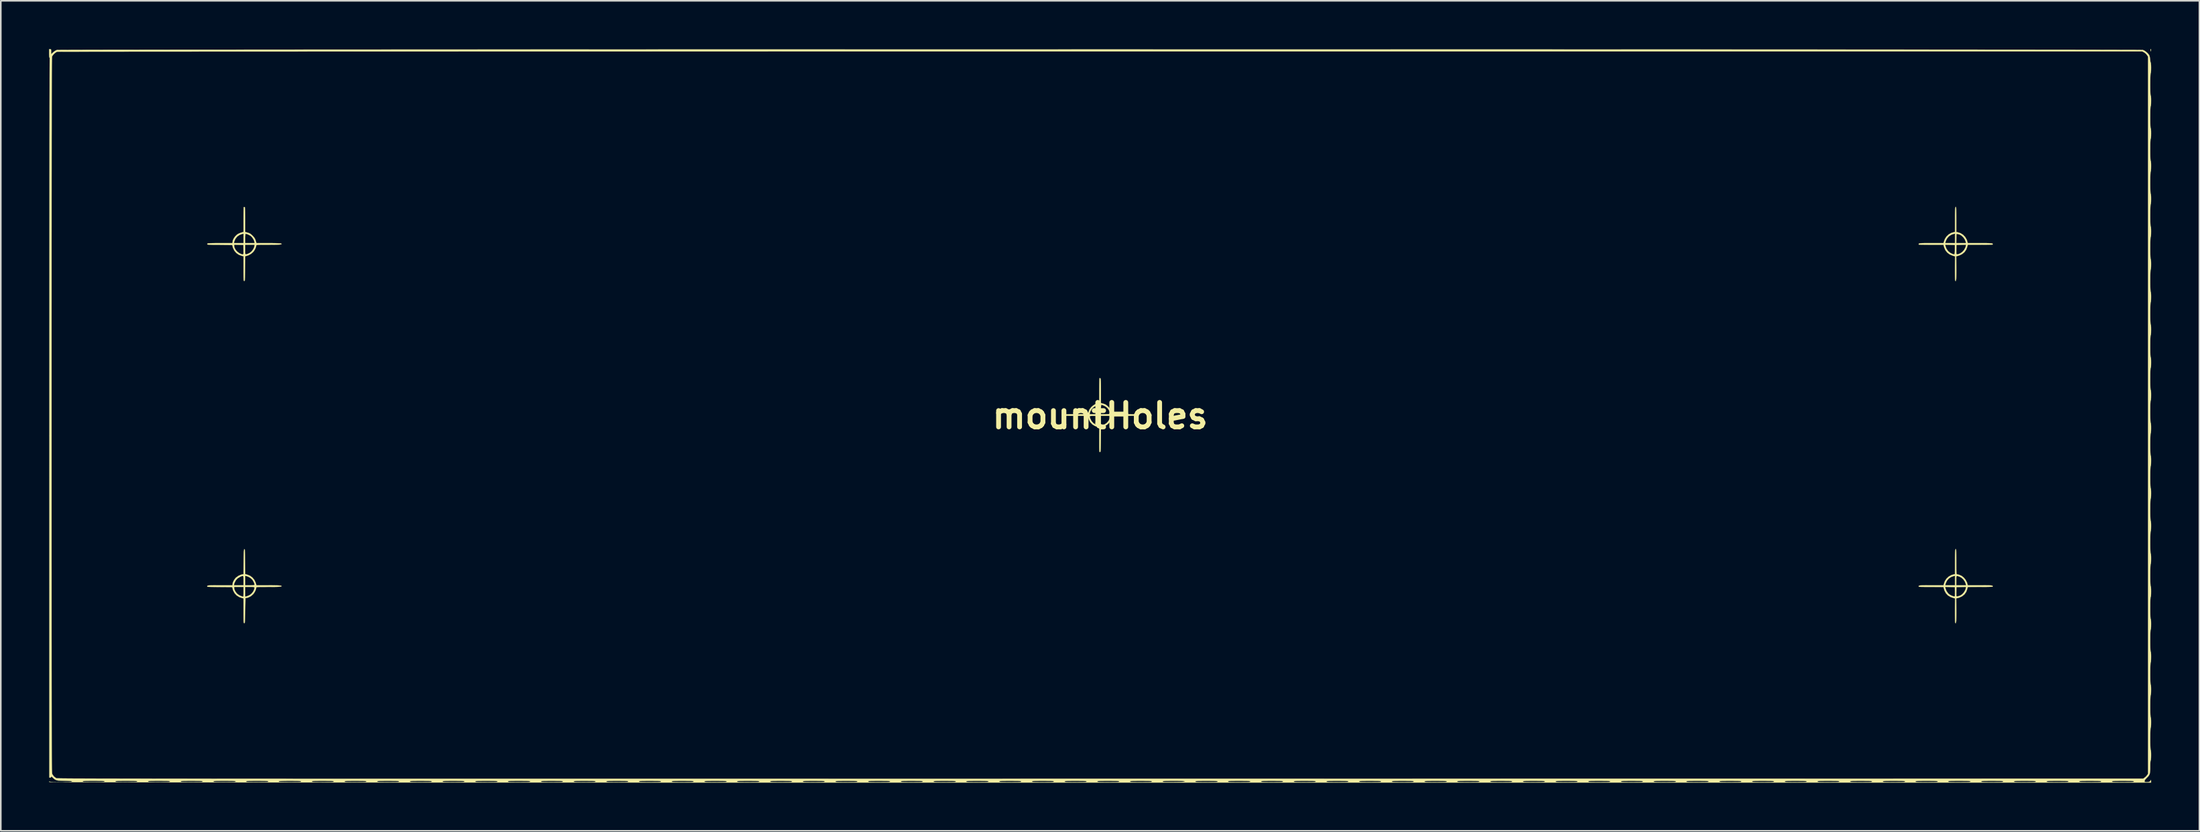
<source format=kicad_pcb>
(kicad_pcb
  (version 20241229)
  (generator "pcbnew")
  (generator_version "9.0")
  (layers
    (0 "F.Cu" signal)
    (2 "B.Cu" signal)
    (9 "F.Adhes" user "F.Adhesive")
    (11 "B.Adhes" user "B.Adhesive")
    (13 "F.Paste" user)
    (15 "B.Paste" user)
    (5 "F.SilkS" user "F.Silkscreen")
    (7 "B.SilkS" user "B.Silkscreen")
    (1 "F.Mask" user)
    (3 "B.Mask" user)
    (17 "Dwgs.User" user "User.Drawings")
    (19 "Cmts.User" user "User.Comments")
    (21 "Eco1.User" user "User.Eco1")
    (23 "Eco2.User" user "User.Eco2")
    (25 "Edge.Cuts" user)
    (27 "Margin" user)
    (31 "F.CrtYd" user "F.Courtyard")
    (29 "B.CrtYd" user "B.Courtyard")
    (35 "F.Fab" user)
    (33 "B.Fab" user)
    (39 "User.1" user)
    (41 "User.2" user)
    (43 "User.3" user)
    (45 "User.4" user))
  (footprint "mountHoles"
    (layer "F.Cu")
    (at 65.359 22.817)
    (property "Reference" "mountHoles" (at 0 0 0) (layer "F.SilkS") (effects (font (size 1.524 1.524) (thickness 0.3))))
    (attr through_hole)
    (fp_poly (pts (xy 65.344 -22.803) (xy 65.352 -22.769) (xy 65.349 -22.729) (xy 65.34 -22.669) (xy 65.323 -22.732) (xy 65.314 -22.787) (xy 65.324 -22.812) (xy 65.344 -22.803)) (stroke (width 0.01) (type solid)) (fill yes) (layer "F.SilkS"))
    (fp_poly (pts (xy 53.223 -12.983) (xy 53.227 -12.952) (xy 53.231 -12.877) (xy 53.234 -12.763) (xy 53.237 -12.619) (xy 53.239 -12.45) (xy 53.24 -12.262) (xy 53.24 -12.196) (xy 53.241 -11.435) (xy 53.333 -11.418) (xy 53.508 -11.36) (xy 53.664 -11.26) (xy 53.793 -11.125) (xy 53.888 -10.962) (xy 53.936 -10.814) (xy 53.951 -10.744) (xy 54.709 -10.744) (xy 54.932 -10.744) (xy 55.11 -10.743) (xy 55.247 -10.74) (xy 55.348 -10.736) (xy 55.419 -10.731) (xy 55.465 -10.724) (xy 55.49 -10.714) (xy 55.497 -10.708) (xy 55.512 -10.67) (xy 55.502 -10.657) (xy 55.471 -10.653) (xy 55.396 -10.65) (xy 55.284 -10.647) (xy 55.139 -10.644) (xy 54.97 -10.643) (xy 54.783 -10.642) (xy 54.716 -10.642) (xy 53.954 -10.642) (xy 53.924 -10.517) (xy 53.856 -10.336) (xy 53.747 -10.182) (xy 53.602 -10.061) (xy 53.426 -9.977) (xy 53.383 -9.963) (xy 53.234 -9.922) (xy 53.239 -9.577) (xy 53.242 -9.279) (xy 53.243 -9.029) (xy 53.242 -8.825) (xy 53.239 -8.662) (xy 53.234 -8.54) (xy 53.226 -8.454) (xy 53.216 -8.402) (xy 53.203 -8.382) (xy 53.2 -8.382) (xy 53.186 -8.389) (xy 53.176 -8.413) (xy 53.168 -8.463) (xy 53.164 -8.543) (xy 53.161 -8.662) (xy 53.16 -8.807) (xy 53.159 -8.985) (xy 53.159 -9.179) (xy 53.16 -9.369) (xy 53.161 -9.535) (xy 53.162 -9.577) (xy 53.166 -9.922) (xy 53.018 -9.963) (xy 52.836 -10.038) (xy 52.683 -10.152) (xy 52.566 -10.299) (xy 52.488 -10.474) (xy 52.476 -10.517) (xy 52.446 -10.642) (xy 51.683 -10.642) (xy 51.491 -10.642) (xy 51.316 -10.643) (xy 51.24 -10.644) (xy 52.548 -10.644) (xy 52.566 -10.561) (xy 52.627 -10.396) (xy 52.729 -10.251) (xy 52.864 -10.137) (xy 53.025 -10.06) (xy 53.035 -10.057) (xy 53.092 -10.044) (xy 53.124 -10.044) (xy 53.135 -10.071) (xy 53.143 -10.141) (xy 53.148 -10.247) (xy 53.148 -10.251) (xy 53.242 -10.251) (xy 53.243 -10.155) (xy 53.246 -10.088) (xy 53.25 -10.066) (xy 53.283 -10.045) (xy 53.35 -10.053) (xy 53.445 -10.087) (xy 53.48 -10.103) (xy 53.615 -10.195) (xy 53.727 -10.323) (xy 53.808 -10.473) (xy 53.834 -10.561) (xy 53.852 -10.644) (xy 53.552 -10.637) (xy 53.251 -10.63) (xy 53.244 -10.365) (xy 53.242 -10.251) (xy 53.148 -10.251) (xy 53.15 -10.34) (xy 53.15 -10.63) (xy 52.849 -10.637) (xy 52.548 -10.644) (xy 51.24 -10.644) (xy 51.164 -10.645) (xy 51.042 -10.647) (xy 50.956 -10.65) (xy 50.912 -10.653) (xy 50.907 -10.654) (xy 50.905 -10.685) (xy 50.91 -10.705) (xy 50.92 -10.716) (xy 50.943 -10.725) (xy 50.984 -10.732) (xy 51.049 -10.737) (xy 51.143 -10.741) (xy 51.271 -10.743) (xy 51.438 -10.744) (xy 51.65 -10.744) (xy 51.688 -10.744) (xy 52.45 -10.744) (xy 52.552 -10.744) (xy 53.162 -10.744) (xy 53.237 -10.744) (xy 53.849 -10.744) (xy 53.832 -10.814) (xy 53.777 -10.959) (xy 53.69 -11.09) (xy 53.58 -11.198) (xy 53.457 -11.275) (xy 53.329 -11.31) (xy 53.32 -11.311) (xy 53.251 -11.316) (xy 53.237 -10.744) (xy 53.162 -10.744) (xy 53.162 -11.335) (xy 53.084 -11.319) (xy 52.922 -11.262) (xy 52.779 -11.163) (xy 52.664 -11.031) (xy 52.586 -10.874) (xy 52.568 -10.814) (xy 52.552 -10.744) (xy 52.45 -10.744) (xy 52.465 -10.814) (xy 52.528 -10.995) (xy 52.63 -11.153) (xy 52.764 -11.282) (xy 52.924 -11.375) (xy 53.067 -11.418) (xy 53.16 -11.435) (xy 53.161 -12.199) (xy 53.161 -12.439) (xy 53.164 -12.631) (xy 53.168 -12.779) (xy 53.174 -12.887) (xy 53.183 -12.957) (xy 53.195 -12.994) (xy 53.209 -13) (xy 53.223 -12.983)) (stroke (width 0.01) (type solid)) (fill yes) (layer "F.SilkS"))
    (fp_poly (pts (xy 53.223 8.302) (xy 53.227 8.333) (xy 53.231 8.409) (xy 53.234 8.522) (xy 53.237 8.666) (xy 53.239 8.836) (xy 53.24 9.024) (xy 53.24 9.092) (xy 53.241 9.317) (xy 53.242 9.497) (xy 53.245 9.634) (xy 53.249 9.734) (xy 53.254 9.802) (xy 53.262 9.84) (xy 53.271 9.855) (xy 53.273 9.855) (xy 53.315 9.862) (xy 53.385 9.88) (xy 53.435 9.894) (xy 53.581 9.962) (xy 53.715 10.071) (xy 53.826 10.21) (xy 53.906 10.37) (xy 53.936 10.471) (xy 53.951 10.541) (xy 54.709 10.541) (xy 54.932 10.541) (xy 55.11 10.543) (xy 55.247 10.545) (xy 55.348 10.549) (xy 55.419 10.554) (xy 55.465 10.562) (xy 55.49 10.571) (xy 55.497 10.577) (xy 55.512 10.615) (xy 55.502 10.628) (xy 55.471 10.632) (xy 55.396 10.635) (xy 55.284 10.638) (xy 55.139 10.641) (xy 54.97 10.642) (xy 54.783 10.643) (xy 54.716 10.643) (xy 53.954 10.644) (xy 53.924 10.769) (xy 53.857 10.952) (xy 53.75 11.104) (xy 53.605 11.223) (xy 53.422 11.308) (xy 53.306 11.34) (xy 53.234 11.356) (xy 53.239 11.704) (xy 53.242 12.003) (xy 53.243 12.253) (xy 53.242 12.458) (xy 53.239 12.621) (xy 53.234 12.744) (xy 53.226 12.83) (xy 53.216 12.882) (xy 53.203 12.903) (xy 53.2 12.903) (xy 53.186 12.896) (xy 53.176 12.872) (xy 53.168 12.822) (xy 53.164 12.742) (xy 53.161 12.623) (xy 53.16 12.478) (xy 53.159 12.299) (xy 53.159 12.105) (xy 53.16 11.913) (xy 53.161 11.747) (xy 53.162 11.704) (xy 53.166 11.356) (xy 53.094 11.34) (xy 52.891 11.273) (xy 52.725 11.173) (xy 52.598 11.04) (xy 52.508 10.873) (xy 52.476 10.769) (xy 52.446 10.644) (xy 51.683 10.643) (xy 51.491 10.643) (xy 51.316 10.642) (xy 51.24 10.641) (xy 52.548 10.641) (xy 52.566 10.724) (xy 52.626 10.886) (xy 52.728 11.033) (xy 52.765 11.071) (xy 52.828 11.12) (xy 52.91 11.166) (xy 52.996 11.205) (xy 53.073 11.23) (xy 53.129 11.236) (xy 53.144 11.229) (xy 53.152 11.197) (xy 53.156 11.126) (xy 53.158 11.034) (xy 53.242 11.034) (xy 53.242 11.129) (xy 53.245 11.195) (xy 53.249 11.217) (xy 53.279 11.232) (xy 53.342 11.227) (xy 53.425 11.203) (xy 53.514 11.165) (xy 53.518 11.163) (xy 53.627 11.082) (xy 53.725 10.966) (xy 53.8 10.831) (xy 53.834 10.724) (xy 53.852 10.641) (xy 53.552 10.648) (xy 53.251 10.655) (xy 53.244 10.92) (xy 53.242 11.034) (xy 53.158 11.034) (xy 53.158 11.026) (xy 53.157 10.933) (xy 53.15 10.655) (xy 52.849 10.648) (xy 52.548 10.641) (xy 51.24 10.641) (xy 51.164 10.64) (xy 51.042 10.638) (xy 50.956 10.635) (xy 50.912 10.632) (xy 50.907 10.631) (xy 50.905 10.601) (xy 50.91 10.58) (xy 50.92 10.569) (xy 50.943 10.56) (xy 50.984 10.553) (xy 51.049 10.548) (xy 51.143 10.545) (xy 51.271 10.543) (xy 51.438 10.541) (xy 51.65 10.541) (xy 51.688 10.541) (xy 52.45 10.541) (xy 52.552 10.541) (xy 53.162 10.541) (xy 53.162 10.205) (xy 53.238 10.205) (xy 53.238 10.249) (xy 53.238 10.541) (xy 53.854 10.541) (xy 53.836 10.471) (xy 53.774 10.312) (xy 53.676 10.172) (xy 53.552 10.062) (xy 53.423 9.997) (xy 53.346 9.971) (xy 53.294 9.961) (xy 53.262 9.972) (xy 53.246 10.012) (xy 53.239 10.088) (xy 53.238 10.205) (xy 53.162 10.205) (xy 53.162 9.95) (xy 53.084 9.966) (xy 52.915 10.025) (xy 52.771 10.124) (xy 52.658 10.259) (xy 52.582 10.421) (xy 52.568 10.471) (xy 52.552 10.541) (xy 52.45 10.541) (xy 52.465 10.471) (xy 52.528 10.288) (xy 52.631 10.128) (xy 52.768 10) (xy 52.931 9.908) (xy 53.073 9.866) (xy 53.16 9.85) (xy 53.161 9.086) (xy 53.161 8.846) (xy 53.164 8.654) (xy 53.168 8.506) (xy 53.174 8.398) (xy 53.183 8.328) (xy 53.195 8.291) (xy 53.209 8.286) (xy 53.223 8.302)) (stroke (width 0.01) (type solid)) (fill yes) (layer "F.SilkS"))
    (fp_poly (pts (xy -53.202 8.299) (xy -53.193 8.319) (xy -53.186 8.359) (xy -53.181 8.424) (xy -53.177 8.518) (xy -53.173 8.647) (xy -53.171 8.816) (xy -53.169 9.03) (xy -53.168 9.069) (xy -53.161 9.845) (xy -53.041 9.877) (xy -52.864 9.948) (xy -52.712 10.06) (xy -52.592 10.206) (xy -52.512 10.378) (xy -52.507 10.394) (xy -52.464 10.541) (xy -51.714 10.541) (xy -51.515 10.542) (xy -51.334 10.545) (xy -51.179 10.548) (xy -51.056 10.553) (xy -50.971 10.559) (xy -50.929 10.565) (xy -50.927 10.566) (xy -50.902 10.586) (xy -50.9 10.603) (xy -50.925 10.616) (xy -50.98 10.626) (xy -51.07 10.634) (xy -51.198 10.639) (xy -51.367 10.642) (xy -51.582 10.643) (xy -51.71 10.643) (xy -51.927 10.644) (xy -52.099 10.644) (xy -52.231 10.646) (xy -52.329 10.649) (xy -52.396 10.653) (xy -52.439 10.659) (xy -52.464 10.667) (xy -52.474 10.677) (xy -52.476 10.689) (xy -52.493 10.784) (xy -52.537 10.897) (xy -52.601 11.01) (xy -52.659 11.087) (xy -52.804 11.217) (xy -52.97 11.3) (xy -53.054 11.323) (xy -53.15 11.343) (xy -53.162 12.117) (xy -53.166 12.336) (xy -53.17 12.51) (xy -53.173 12.643) (xy -53.178 12.742) (xy -53.183 12.811) (xy -53.19 12.856) (xy -53.199 12.882) (xy -53.21 12.895) (xy -53.219 12.898) (xy -53.232 12.898) (xy -53.242 12.888) (xy -53.249 12.863) (xy -53.255 12.819) (xy -53.259 12.749) (xy -53.262 12.649) (xy -53.263 12.513) (xy -53.264 12.336) (xy -53.264 12.131) (xy -53.264 11.355) (xy -53.334 11.34) (xy -53.528 11.275) (xy -53.691 11.173) (xy -53.818 11.038) (xy -53.907 10.874) (xy -53.933 10.791) (xy -53.968 10.655) (xy -54.738 10.649) (xy -54.93 10.647) (xy -55.106 10.644) (xy -55.2 10.643) (xy -53.848 10.643) (xy -53.848 10.711) (xy -53.828 10.809) (xy -53.776 10.919) (xy -53.7 11.025) (xy -53.637 11.088) (xy -53.548 11.149) (xy -53.44 11.203) (xy -53.335 11.241) (xy -53.283 11.25) (xy -53.276 11.227) (xy -53.269 11.163) (xy -53.265 11.068) (xy -53.264 10.951) (xy -53.264 10.947) (xy -53.264 10.643) (xy -53.162 10.643) (xy -53.162 11.247) (xy -53.074 11.227) (xy -52.997 11.201) (xy -52.908 11.16) (xy -52.875 11.142) (xy -52.758 11.049) (xy -52.662 10.925) (xy -52.603 10.793) (xy -52.586 10.73) (xy -52.582 10.688) (xy -52.598 10.662) (xy -52.642 10.648) (xy -52.722 10.643) (xy -52.843 10.643) (xy -52.87 10.643) (xy -53.162 10.643) (xy -53.264 10.643) (xy -53.848 10.643) (xy -55.2 10.643) (xy -55.259 10.641) (xy -55.382 10.638) (xy -55.469 10.635) (xy -55.514 10.632) (xy -55.519 10.631) (xy -55.521 10.601) (xy -55.516 10.58) (xy -55.506 10.569) (xy -55.483 10.56) (xy -55.442 10.553) (xy -55.378 10.548) (xy -55.285 10.545) (xy -55.158 10.543) (xy -54.991 10.541) (xy -54.781 10.541) (xy -54.725 10.541) (xy -53.95 10.541) (xy -53.869 10.541) (xy -53.264 10.541) (xy -53.162 10.541) (xy -52.87 10.541) (xy -52.742 10.54) (xy -52.657 10.536) (xy -52.607 10.529) (xy -52.583 10.517) (xy -52.578 10.502) (xy -52.592 10.436) (xy -52.628 10.348) (xy -52.678 10.255) (xy -52.719 10.194) (xy -52.806 10.108) (xy -52.921 10.032) (xy -53.042 9.98) (xy -53.08 9.97) (xy -53.162 9.953) (xy -53.162 10.541) (xy -53.264 10.541) (xy -53.264 10.249) (xy -53.265 10.114) (xy -53.27 10.025) (xy -53.286 9.974) (xy -53.316 9.957) (xy -53.366 9.967) (xy -53.442 9.998) (xy -53.467 10.01) (xy -53.627 10.106) (xy -53.747 10.235) (xy -53.828 10.396) (xy -53.843 10.446) (xy -53.869 10.541) (xy -53.95 10.541) (xy -53.95 10.47) (xy -53.933 10.385) (xy -53.89 10.281) (xy -53.829 10.176) (xy -53.759 10.087) (xy -53.731 10.06) (xy -53.589 9.958) (xy -53.436 9.888) (xy -53.358 9.867) (xy -53.265 9.85) (xy -53.258 9.071) (xy -53.256 8.849) (xy -53.253 8.673) (xy -53.25 8.537) (xy -53.246 8.437) (xy -53.241 8.368) (xy -53.234 8.324) (xy -53.226 8.301) (xy -53.215 8.293) (xy -53.213 8.293) (xy -53.202 8.299)) (stroke (width 0.01) (type solid)) (fill yes) (layer "F.SilkS"))
    (fp_poly (pts (xy -53.198 -12.988) (xy -53.187 -12.976) (xy -53.179 -12.947) (xy -53.173 -12.896) (xy -53.168 -12.817) (xy -53.165 -12.705) (xy -53.163 -12.556) (xy -53.162 -12.365) (xy -53.162 -12.206) (xy -53.162 -11.438) (xy -53.007 -11.395) (xy -52.916 -11.365) (xy -52.841 -11.325) (xy -52.765 -11.263) (xy -52.703 -11.204) (xy -52.62 -11.114) (xy -52.565 -11.037) (xy -52.527 -10.955) (xy -52.509 -10.9) (xy -52.464 -10.744) (xy -51.714 -10.744) (xy -51.515 -10.743) (xy -51.334 -10.741) (xy -51.179 -10.737) (xy -51.056 -10.732) (xy -50.971 -10.727) (xy -50.929 -10.72) (xy -50.927 -10.719) (xy -50.902 -10.699) (xy -50.9 -10.682) (xy -50.924 -10.669) (xy -50.98 -10.659) (xy -51.069 -10.651) (xy -51.197 -10.646) (xy -51.366 -10.643) (xy -51.58 -10.642) (xy -51.71 -10.641) (xy -51.927 -10.641) (xy -52.1 -10.64) (xy -52.232 -10.639) (xy -52.329 -10.636) (xy -52.396 -10.632) (xy -52.439 -10.626) (xy -52.464 -10.618) (xy -52.474 -10.607) (xy -52.476 -10.596) (xy -52.494 -10.499) (xy -52.539 -10.384) (xy -52.606 -10.269) (xy -52.667 -10.191) (xy -52.799 -10.076) (xy -52.959 -9.988) (xy -53.092 -9.945) (xy -53.161 -9.931) (xy -53.168 -9.163) (xy -53.17 -8.945) (xy -53.173 -8.772) (xy -53.175 -8.639) (xy -53.179 -8.541) (xy -53.184 -8.473) (xy -53.19 -8.428) (xy -53.199 -8.403) (xy -53.21 -8.39) (xy -53.219 -8.387) (xy -53.232 -8.387) (xy -53.242 -8.397) (xy -53.25 -8.422) (xy -53.255 -8.467) (xy -53.259 -8.536) (xy -53.262 -8.637) (xy -53.263 -8.773) (xy -53.264 -8.949) (xy -53.264 -9.152) (xy -53.264 -9.926) (xy -53.39 -9.957) (xy -53.565 -10.024) (xy -53.716 -10.132) (xy -53.836 -10.274) (xy -53.918 -10.443) (xy -53.934 -10.495) (xy -53.955 -10.579) (xy -53.848 -10.579) (xy -53.824 -10.456) (xy -53.76 -10.333) (xy -53.662 -10.219) (xy -53.54 -10.125) (xy -53.403 -10.06) (xy -53.391 -10.057) (xy -53.337 -10.041) (xy -53.301 -10.039) (xy -53.279 -10.057) (xy -53.269 -10.102) (xy -53.266 -10.183) (xy -53.267 -10.206) (xy -53.163 -10.206) (xy -53.161 -10.119) (xy -53.152 -10.069) (xy -53.133 -10.047) (xy -53.1 -10.047) (xy -53.047 -10.062) (xy -53.01 -10.073) (xy -52.88 -10.134) (xy -52.762 -10.233) (xy -52.665 -10.358) (xy -52.602 -10.496) (xy -52.59 -10.547) (xy -52.572 -10.643) (xy -53.162 -10.643) (xy -53.162 -10.336) (xy -53.163 -10.206) (xy -53.267 -10.206) (xy -53.269 -10.305) (xy -53.269 -10.331) (xy -53.276 -10.63) (xy -53.848 -10.644) (xy -53.848 -10.579) (xy -53.955 -10.579) (xy -53.968 -10.63) (xy -54.308 -10.635) (xy -54.458 -10.636) (xy -54.64 -10.638) (xy -54.833 -10.64) (xy -55.02 -10.641) (xy -55.086 -10.641) (xy -55.25 -10.642) (xy -55.368 -10.645) (xy -55.449 -10.65) (xy -55.497 -10.658) (xy -55.52 -10.668) (xy -55.524 -10.678) (xy -55.504 -10.717) (xy -55.484 -10.729) (xy -55.449 -10.733) (xy -55.37 -10.736) (xy -55.254 -10.739) (xy -55.107 -10.742) (xy -54.936 -10.743) (xy -54.749 -10.744) (xy -54.697 -10.744) (xy -53.95 -10.744) (xy -53.869 -10.744) (xy -53.264 -10.744) (xy -53.264 -11.036) (xy -53.162 -11.036) (xy -53.162 -10.744) (xy -52.572 -10.744) (xy -52.588 -10.825) (xy -52.627 -10.938) (xy -52.696 -11.055) (xy -52.778 -11.155) (xy -52.815 -11.187) (xy -52.883 -11.23) (xy -52.969 -11.273) (xy -53.056 -11.308) (xy -53.124 -11.327) (xy -53.14 -11.328) (xy -53.149 -11.305) (xy -53.156 -11.24) (xy -53.161 -11.145) (xy -53.162 -11.036) (xy -53.264 -11.036) (xy -53.264 -11.332) (xy -53.346 -11.315) (xy -53.516 -11.253) (xy -53.659 -11.151) (xy -53.769 -11.014) (xy -53.841 -10.846) (xy -53.843 -10.839) (xy -53.869 -10.744) (xy -53.95 -10.744) (xy -53.95 -10.809) (xy -53.929 -10.919) (xy -53.872 -11.04) (xy -53.789 -11.159) (xy -53.687 -11.26) (xy -53.611 -11.314) (xy -53.516 -11.36) (xy -53.411 -11.399) (xy -53.384 -11.406) (xy -53.264 -11.436) (xy -53.264 -12.203) (xy -53.263 -12.396) (xy -53.262 -12.572) (xy -53.26 -12.725) (xy -53.257 -12.848) (xy -53.254 -12.936) (xy -53.25 -12.981) (xy -53.249 -12.986) (xy -53.215 -12.992) (xy -53.198 -12.988)) (stroke (width 0.01) (type solid)) (fill yes) (layer "F.SilkS"))
    (fp_poly (pts (xy 0.015 -2.335) (xy 0.026 -2.318) (xy 0.034 -2.284) (xy 0.04 -2.227) (xy 0.045 -2.142) (xy 0.048 -2.024) (xy 0.05 -1.869) (xy 0.051 -1.67) (xy 0.051 -1.55) (xy 0.051 -0.796) (xy 0.206 -0.753) (xy 0.297 -0.722) (xy 0.371 -0.682) (xy 0.447 -0.621) (xy 0.51 -0.561) (xy 0.592 -0.473) (xy 0.645 -0.4) (xy 0.681 -0.322) (xy 0.702 -0.257) (xy 0.745 -0.102) (xy 1.5 -0.102) (xy 1.722 -0.101) (xy 1.899 -0.1) (xy 2.036 -0.097) (xy 2.137 -0.094) (xy 2.207 -0.088) (xy 2.252 -0.081) (xy 2.277 -0.071) (xy 2.284 -0.066) (xy 2.299 -0.028) (xy 2.289 -0.015) (xy 2.258 -0.011) (xy 2.183 -0.007) (xy 2.071 -0.004) (xy 1.926 -0.002) (xy 1.757 -0.000153) (xy 1.57 0.001) (xy 1.503 0.001) (xy 0.742 0.001) (xy 0.725 0.094) (xy 0.666 0.273) (xy 0.565 0.43) (xy 0.428 0.557) (xy 0.259 0.651) (xy 0.159 0.684) (xy 0.052 0.713) (xy 0.045 1.48) (xy 0.043 1.698) (xy 0.04 1.871) (xy 0.038 2.004) (xy 0.034 2.102) (xy 0.029 2.17) (xy 0.022 2.215) (xy 0.014 2.24) (xy 0.003 2.252) (xy -0.006 2.256) (xy -0.022 2.255) (xy -0.034 2.242) (xy -0.042 2.21) (xy -0.047 2.151) (xy -0.05 2.06) (xy -0.052 1.928) (xy -0.052 1.824) (xy -0.052 1.646) (xy -0.052 1.454) (xy -0.052 1.267) (xy -0.051 1.104) (xy -0.051 1.049) (xy -0.048 0.713) (xy -0.119 0.698) (xy -0.319 0.632) (xy -0.483 0.531) (xy -0.612 0.393) (xy -0.704 0.22) (xy -0.748 0.07) (xy -0.752 0.051) (xy -0.641 0.051) (xy -0.629 0.116) (xy -0.611 0.173) (xy -0.533 0.329) (xy -0.416 0.457) (xy -0.268 0.55) (xy -0.097 0.603) (xy -0.069 0.607) (xy -0.062 0.584) (xy -0.057 0.521) (xy -0.055 0.426) (xy -0.056 0.311) (xy -0.064 0.013) (xy -0.341 0.005) (xy -0.455 0.004) (xy -0.55 0.007) (xy -0.615 0.012) (xy -0.638 0.018) (xy -0.641 0.051) (xy -0.752 0.051) (xy -0.763 0.001) (xy -1.528 0.001) (xy -1.72 0.000356) (xy -1.775 0) (xy 0.051 0) (xy 0.051 0.611) (xy 0.121 0.594) (xy 0.191 0.571) (xy 0.271 0.536) (xy 0.281 0.532) (xy 0.419 0.436) (xy 0.53 0.305) (xy 0.606 0.151) (xy 0.626 0.078) (xy 0.641 0) (xy 0.051 0) (xy -1.775 0) (xy -1.896 -0.001) (xy -2.048 -0.003) (xy -2.17 -0.005) (xy -2.257 -0.007) (xy -2.301 -0.01) (xy -2.306 -0.011) (xy -2.308 -0.042) (xy -2.303 -0.062) (xy -2.293 -0.074) (xy -2.27 -0.083) (xy -2.229 -0.089) (xy -2.164 -0.094) (xy -2.07 -0.098) (xy -1.942 -0.1) (xy -1.775 -0.101) (xy -1.563 -0.102) (xy -1.524 -0.102) (xy -0.655 -0.102) (xy -0.051 -0.102) (xy -0.051 -0.394) (xy 0.051 -0.394) (xy 0.051 -0.102) (xy 0.343 -0.102) (xy 0.458 -0.103) (xy 0.552 -0.108) (xy 0.614 -0.115) (xy 0.635 -0.122) (xy 0.619 -0.2) (xy 0.579 -0.298) (xy 0.522 -0.398) (xy 0.458 -0.482) (xy 0.445 -0.496) (xy 0.366 -0.56) (xy 0.268 -0.619) (xy 0.168 -0.664) (xy 0.085 -0.685) (xy 0.072 -0.686) (xy 0.063 -0.662) (xy 0.057 -0.598) (xy 0.052 -0.502) (xy 0.051 -0.394) (xy -0.051 -0.394) (xy -0.052 -0.528) (xy -0.057 -0.618) (xy -0.073 -0.668) (xy -0.103 -0.686) (xy -0.153 -0.676) (xy -0.229 -0.644) (xy -0.254 -0.633) (xy -0.409 -0.538) (xy -0.531 -0.412) (xy -0.613 -0.261) (xy -0.636 -0.184) (xy -0.655 -0.102) (xy -1.524 -0.102) (xy -1.296 -0.102) (xy -1.114 -0.104) (xy -0.974 -0.106) (xy -0.872 -0.111) (xy -0.804 -0.116) (xy -0.765 -0.124) (xy -0.751 -0.133) (xy -0.739 -0.176) (xy -0.72 -0.246) (xy -0.713 -0.272) (xy -0.653 -0.407) (xy -0.555 -0.536) (xy -0.429 -0.647) (xy -0.289 -0.731) (xy -0.151 -0.775) (xy -0.052 -0.792) (xy -0.052 -1.554) (xy -0.051 -1.746) (xy -0.05 -1.922) (xy -0.047 -2.075) (xy -0.045 -2.2) (xy -0.041 -2.288) (xy -0.037 -2.335) (xy -0.036 -2.34) (xy -0.007 -2.348) (xy 0.015 -2.335)) (stroke (width 0.01) (type solid)) (fill yes) (layer "F.SilkS"))
    (fp_poly (pts (xy -65.256 -22.806) (xy -65.237 -22.789) (xy -65.229 -22.746) (xy -65.227 -22.665) (xy -65.227 -22.653) (xy -65.227 -22.497) (xy -65.103 -22.613) (xy -64.995 -22.699) (xy -64.889 -22.753) (xy -64.868 -22.76) (xy -64.839 -22.761) (xy -64.76 -22.762) (xy -64.632 -22.763) (xy -64.455 -22.764) (xy -64.231 -22.765) (xy -63.96 -22.766) (xy -63.644 -22.767) (xy -63.282 -22.768) (xy -62.876 -22.769) (xy -62.427 -22.77) (xy -61.935 -22.771) (xy -61.401 -22.772) (xy -60.826 -22.773) (xy -60.212 -22.773) (xy -59.558 -22.774) (xy -58.865 -22.775) (xy -58.135 -22.776) (xy -57.368 -22.777) (xy -56.565 -22.777) (xy -55.727 -22.778) (xy -54.855 -22.779) (xy -53.949 -22.779) (xy -53.01 -22.78) (xy -52.04 -22.781) (xy -51.038 -22.781) (xy -50.006 -22.782) (xy -48.945 -22.783) (xy -47.855 -22.783) (xy -46.737 -22.784) (xy -45.593 -22.784) (xy -44.422 -22.785) (xy -43.226 -22.786) (xy -42.005 -22.786) (xy -40.761 -22.787) (xy -39.494 -22.787) (xy -38.205 -22.788) (xy -36.895 -22.788) (xy -35.564 -22.788) (xy -34.214 -22.789) (xy -32.845 -22.789) (xy -31.458 -22.79) (xy -30.054 -22.79) (xy -28.634 -22.79) (xy -27.199 -22.791) (xy -25.749 -22.791) (xy -24.285 -22.791) (xy -22.808 -22.791) (xy -21.319 -22.792) (xy -19.818 -22.792) (xy -18.307 -22.792) (xy -16.787 -22.792) (xy -15.257 -22.793) (xy -13.72 -22.793) (xy -12.175 -22.793) (xy -10.624 -22.793) (xy -9.067 -22.793) (xy -7.506 -22.793) (xy -5.94 -22.793) (xy -4.372 -22.793) (xy -2.801 -22.793) (xy -1.229 -22.794) (xy 0.344 -22.794) (xy 1.917 -22.794) (xy 3.488 -22.793) (xy 5.058 -22.793) (xy 6.625 -22.793) (xy 8.189 -22.793) (xy 9.748 -22.793) (xy 11.302 -22.793) (xy 12.851 -22.793) (xy 14.392 -22.793) (xy 15.926 -22.793) (xy 17.452 -22.793) (xy 18.968 -22.792) (xy 20.474 -22.792) (xy 21.97 -22.792) (xy 23.453 -22.792) (xy 24.925 -22.791) (xy 26.382 -22.791) (xy 27.826 -22.791) (xy 29.255 -22.79) (xy 30.667 -22.79) (xy 32.064 -22.79) (xy 33.442 -22.789) (xy 34.803 -22.789) (xy 36.144 -22.789) (xy 37.466 -22.788) (xy 38.766 -22.788) (xy 40.045 -22.787) (xy 41.302 -22.787) (xy 42.536 -22.786) (xy 43.745 -22.786) (xy 44.93 -22.785) (xy 46.089 -22.785) (xy 47.221 -22.784) (xy 48.326 -22.784) (xy 49.403 -22.783) (xy 50.451 -22.782) (xy 51.469 -22.782) (xy 52.457 -22.781) (xy 53.413 -22.78) (xy 54.337 -22.78) (xy 55.228 -22.779) (xy 56.085 -22.778) (xy 56.907 -22.778) (xy 57.694 -22.777) (xy 58.444 -22.776) (xy 59.157 -22.775) (xy 59.832 -22.775) (xy 60.468 -22.774) (xy 61.065 -22.773) (xy 61.621 -22.772) (xy 62.136 -22.771) (xy 62.608 -22.77) (xy 63.038 -22.769) (xy 63.424 -22.768) (xy 63.765 -22.767) (xy 64.061 -22.766) (xy 64.311 -22.766) (xy 64.513 -22.765) (xy 64.668 -22.763) (xy 64.774 -22.762) (xy 64.83 -22.761) (xy 64.84 -22.761) (xy 64.94 -22.716) (xy 65.048 -22.642) (xy 65.148 -22.551) (xy 65.224 -22.457) (xy 65.24 -22.428) (xy 65.265 -22.357) (xy 65.286 -22.257) (xy 65.298 -22.155) (xy 65.306 -22.066) (xy 65.318 -22) (xy 65.331 -21.971) (xy 65.332 -21.971) (xy 65.34 -21.947) (xy 65.347 -21.882) (xy 65.352 -21.785) (xy 65.354 -21.665) (xy 65.354 -21.641) (xy 65.352 -21.5) (xy 65.347 -21.394) (xy 65.338 -21.329) (xy 65.329 -21.311) (xy 65.321 -21.286) (xy 65.314 -21.212) (xy 65.309 -21.091) (xy 65.305 -20.925) (xy 65.304 -20.715) (xy 65.303 -20.611) (xy 65.304 -20.377) (xy 65.307 -20.192) (xy 65.311 -20.055) (xy 65.318 -19.966) (xy 65.325 -19.928) (xy 65.329 -19.926) (xy 65.34 -19.909) (xy 65.348 -19.843) (xy 65.353 -19.73) (xy 65.354 -19.596) (xy 65.352 -19.444) (xy 65.347 -19.338) (xy 65.339 -19.278) (xy 65.329 -19.266) (xy 65.32 -19.246) (xy 65.314 -19.177) (xy 65.308 -19.058) (xy 65.305 -18.891) (xy 65.304 -18.675) (xy 65.303 -18.58) (xy 65.304 -18.347) (xy 65.307 -18.161) (xy 65.311 -18.023) (xy 65.318 -17.935) (xy 65.325 -17.896) (xy 65.329 -17.894) (xy 65.34 -17.877) (xy 65.348 -17.811) (xy 65.353 -17.698) (xy 65.354 -17.564) (xy 65.352 -17.412) (xy 65.347 -17.306) (xy 65.339 -17.246) (xy 65.329 -17.234) (xy 65.32 -17.214) (xy 65.314 -17.145) (xy 65.308 -17.026) (xy 65.305 -16.859) (xy 65.304 -16.643) (xy 65.303 -16.548) (xy 65.304 -16.315) (xy 65.307 -16.129) (xy 65.311 -15.991) (xy 65.318 -15.903) (xy 65.325 -15.864) (xy 65.329 -15.862) (xy 65.34 -15.845) (xy 65.348 -15.779) (xy 65.353 -15.667) (xy 65.354 -15.534) (xy 65.352 -15.388) (xy 65.347 -15.279) (xy 65.339 -15.211) (xy 65.329 -15.189) (xy 65.32 -15.164) (xy 65.314 -15.09) (xy 65.309 -14.969) (xy 65.305 -14.804) (xy 65.304 -14.595) (xy 65.303 -14.503) (xy 65.304 -14.279) (xy 65.307 -14.096) (xy 65.312 -13.958) (xy 65.318 -13.866) (xy 65.325 -13.821) (xy 65.329 -13.818) (xy 65.34 -13.793) (xy 65.348 -13.723) (xy 65.353 -13.613) (xy 65.354 -13.487) (xy 65.352 -13.346) (xy 65.347 -13.241) (xy 65.338 -13.176) (xy 65.329 -13.157) (xy 65.32 -13.132) (xy 65.314 -13.058) (xy 65.309 -12.937) (xy 65.305 -12.772) (xy 65.304 -12.563) (xy 65.303 -12.471) (xy 65.304 -12.247) (xy 65.307 -12.064) (xy 65.312 -11.926) (xy 65.318 -11.834) (xy 65.325 -11.789) (xy 65.329 -11.786) (xy 65.34 -11.761) (xy 65.348 -11.691) (xy 65.353 -11.581) (xy 65.354 -11.455) (xy 65.352 -11.314) (xy 65.347 -11.209) (xy 65.338 -11.144) (xy 65.329 -11.125) (xy 65.32 -11.1) (xy 65.314 -11.026) (xy 65.309 -10.905) (xy 65.305 -10.74) (xy 65.304 -10.531) (xy 65.303 -10.439) (xy 65.304 -10.215) (xy 65.307 -10.032) (xy 65.312 -9.894) (xy 65.318 -9.802) (xy 65.325 -9.757) (xy 65.329 -9.754) (xy 65.34 -9.729) (xy 65.348 -9.659) (xy 65.353 -9.549) (xy 65.354 -9.423) (xy 65.352 -9.282) (xy 65.347 -9.177) (xy 65.338 -9.112) (xy 65.329 -9.093) (xy 65.32 -9.068) (xy 65.314 -8.994) (xy 65.309 -8.873) (xy 65.305 -8.708) (xy 65.304 -8.499) (xy 65.303 -8.407) (xy 65.304 -8.183) (xy 65.307 -8) (xy 65.312 -7.862) (xy 65.318 -7.77) (xy 65.325 -7.725) (xy 65.329 -7.722) (xy 65.34 -7.697) (xy 65.348 -7.627) (xy 65.353 -7.517) (xy 65.354 -7.391) (xy 65.352 -7.25) (xy 65.347 -7.145) (xy 65.338 -7.08) (xy 65.329 -7.061) (xy 65.32 -7.036) (xy 65.314 -6.962) (xy 65.309 -6.841) (xy 65.305 -6.676) (xy 65.304 -6.467) (xy 65.303 -6.375) (xy 65.304 -6.151) (xy 65.307 -5.968) (xy 65.312 -5.83) (xy 65.318 -5.738) (xy 65.325 -5.693) (xy 65.329 -5.69) (xy 65.34 -5.665) (xy 65.348 -5.595) (xy 65.353 -5.484) (xy 65.354 -5.345) (xy 65.352 -5.194) (xy 65.347 -5.087) (xy 65.339 -5.028) (xy 65.329 -5.017) (xy 65.32 -4.997) (xy 65.314 -4.927) (xy 65.308 -4.809) (xy 65.305 -4.641) (xy 65.304 -4.426) (xy 65.303 -4.331) (xy 65.304 -4.097) (xy 65.307 -3.911) (xy 65.311 -3.774) (xy 65.318 -3.685) (xy 65.325 -3.646) (xy 65.329 -3.645) (xy 65.34 -3.628) (xy 65.348 -3.562) (xy 65.353 -3.449) (xy 65.354 -3.315) (xy 65.352 -3.163) (xy 65.347 -3.056) (xy 65.339 -2.997) (xy 65.329 -2.985) (xy 65.32 -2.965) (xy 65.314 -2.895) (xy 65.308 -2.777) (xy 65.305 -2.609) (xy 65.304 -2.394) (xy 65.303 -2.299) (xy 65.304 -2.065) (xy 65.307 -1.879) (xy 65.311 -1.742) (xy 65.318 -1.653) (xy 65.325 -1.614) (xy 65.329 -1.613) (xy 65.34 -1.596) (xy 65.348 -1.53) (xy 65.353 -1.417) (xy 65.354 -1.283) (xy 65.352 -1.131) (xy 65.347 -1.024) (xy 65.339 -0.965) (xy 65.329 -0.953) (xy 65.32 -0.933) (xy 65.314 -0.863) (xy 65.308 -0.745) (xy 65.305 -0.577) (xy 65.304 -0.362) (xy 65.303 -0.268) (xy 65.304 -0.041) (xy 65.307 0.145) (xy 65.311 0.285) (xy 65.317 0.38) (xy 65.325 0.427) (xy 65.329 0.432) (xy 65.34 0.456) (xy 65.348 0.526) (xy 65.353 0.637) (xy 65.354 0.762) (xy 65.352 0.903) (xy 65.347 1.009) (xy 65.338 1.073) (xy 65.329 1.092) (xy 65.32 1.117) (xy 65.314 1.191) (xy 65.309 1.312) (xy 65.305 1.478) (xy 65.304 1.686) (xy 65.303 1.778) (xy 65.304 2.003) (xy 65.307 2.185) (xy 65.312 2.324) (xy 65.318 2.416) (xy 65.325 2.46) (xy 65.329 2.464) (xy 65.34 2.488) (xy 65.348 2.558) (xy 65.353 2.669) (xy 65.354 2.794) (xy 65.352 2.935) (xy 65.347 3.041) (xy 65.338 3.105) (xy 65.329 3.124) (xy 65.32 3.149) (xy 65.314 3.223) (xy 65.309 3.344) (xy 65.305 3.51) (xy 65.304 3.718) (xy 65.303 3.81) (xy 65.304 4.035) (xy 65.307 4.217) (xy 65.312 4.356) (xy 65.318 4.448) (xy 65.325 4.492) (xy 65.329 4.496) (xy 65.34 4.52) (xy 65.348 4.59) (xy 65.353 4.701) (xy 65.354 4.826) (xy 65.352 4.967) (xy 65.347 5.073) (xy 65.338 5.137) (xy 65.329 5.156) (xy 65.32 5.181) (xy 65.314 5.255) (xy 65.309 5.376) (xy 65.305 5.542) (xy 65.304 5.75) (xy 65.303 5.842) (xy 65.304 6.067) (xy 65.307 6.249) (xy 65.312 6.388) (xy 65.318 6.48) (xy 65.325 6.524) (xy 65.329 6.528) (xy 65.34 6.552) (xy 65.348 6.622) (xy 65.353 6.733) (xy 65.354 6.858) (xy 65.352 6.999) (xy 65.347 7.105) (xy 65.338 7.169) (xy 65.329 7.188) (xy 65.32 7.213) (xy 65.314 7.287) (xy 65.309 7.408) (xy 65.305 7.574) (xy 65.304 7.782) (xy 65.303 7.874) (xy 65.304 8.099) (xy 65.307 8.281) (xy 65.312 8.42) (xy 65.318 8.512) (xy 65.325 8.556) (xy 65.329 8.56) (xy 65.34 8.584) (xy 65.348 8.654) (xy 65.353 8.765) (xy 65.354 8.89) (xy 65.352 9.031) (xy 65.347 9.137) (xy 65.338 9.201) (xy 65.329 9.22) (xy 65.32 9.245) (xy 65.314 9.319) (xy 65.309 9.44) (xy 65.305 9.606) (xy 65.304 9.814) (xy 65.303 9.906) (xy 65.304 10.131) (xy 65.307 10.313) (xy 65.312 10.452) (xy 65.318 10.544) (xy 65.325 10.588) (xy 65.329 10.592) (xy 65.34 10.616) (xy 65.348 10.687) (xy 65.353 10.798) (xy 65.354 10.936) (xy 65.352 11.088) (xy 65.347 11.194) (xy 65.339 11.253) (xy 65.329 11.265) (xy 65.32 11.284) (xy 65.314 11.354) (xy 65.308 11.473) (xy 65.305 11.64) (xy 65.304 11.856) (xy 65.303 11.951) (xy 65.304 12.184) (xy 65.307 12.37) (xy 65.311 12.508) (xy 65.318 12.596) (xy 65.325 12.635) (xy 65.329 12.636) (xy 65.34 12.654) (xy 65.348 12.72) (xy 65.353 12.832) (xy 65.354 12.967) (xy 65.352 13.119) (xy 65.347 13.225) (xy 65.339 13.285) (xy 65.329 13.297) (xy 65.32 13.316) (xy 65.314 13.386) (xy 65.308 13.505) (xy 65.305 13.672) (xy 65.304 13.888) (xy 65.303 13.983) (xy 65.304 14.216) (xy 65.307 14.402) (xy 65.311 14.54) (xy 65.318 14.628) (xy 65.325 14.667) (xy 65.329 14.668) (xy 65.34 14.686) (xy 65.348 14.752) (xy 65.353 14.864) (xy 65.354 14.997) (xy 65.352 15.142) (xy 65.347 15.252) (xy 65.339 15.32) (xy 65.329 15.342) (xy 65.32 15.367) (xy 65.314 15.441) (xy 65.309 15.561) (xy 65.305 15.727) (xy 65.304 15.936) (xy 65.303 16.027) (xy 65.304 16.252) (xy 65.307 16.435) (xy 65.312 16.573) (xy 65.318 16.665) (xy 65.325 16.709) (xy 65.329 16.713) (xy 65.34 16.738) (xy 65.348 16.808) (xy 65.353 16.918) (xy 65.354 17.043) (xy 65.352 17.185) (xy 65.347 17.29) (xy 65.338 17.355) (xy 65.329 17.374) (xy 65.32 17.399) (xy 65.314 17.473) (xy 65.309 17.593) (xy 65.305 17.759) (xy 65.304 17.968) (xy 65.303 18.059) (xy 65.304 18.284) (xy 65.307 18.467) (xy 65.312 18.605) (xy 65.318 18.697) (xy 65.325 18.741) (xy 65.329 18.745) (xy 65.34 18.77) (xy 65.348 18.84) (xy 65.353 18.95) (xy 65.354 19.075) (xy 65.352 19.217) (xy 65.347 19.322) (xy 65.338 19.387) (xy 65.329 19.406) (xy 65.32 19.431) (xy 65.314 19.505) (xy 65.309 19.625) (xy 65.305 19.791) (xy 65.304 20) (xy 65.303 20.091) (xy 65.304 20.316) (xy 65.307 20.499) (xy 65.312 20.637) (xy 65.318 20.729) (xy 65.325 20.773) (xy 65.329 20.777) (xy 65.34 20.802) (xy 65.348 20.872) (xy 65.353 20.982) (xy 65.354 21.107) (xy 65.352 21.249) (xy 65.347 21.354) (xy 65.338 21.419) (xy 65.329 21.438) (xy 65.318 21.462) (xy 65.31 21.533) (xy 65.305 21.645) (xy 65.303 21.794) (xy 65.303 21.8) (xy 65.302 21.978) (xy 65.295 22.115) (xy 65.281 22.221) (xy 65.257 22.303) (xy 65.22 22.373) (xy 65.167 22.44) (xy 65.098 22.509) (xy 65.012 22.599) (xy 64.963 22.666) (xy 64.948 22.719) (xy 64.948 22.719) (xy 64.951 22.755) (xy 64.968 22.775) (xy 65.012 22.782) (xy 65.095 22.784) (xy 65.096 22.784) (xy 65.205 22.775) (xy 65.276 22.746) (xy 65.322 22.69) (xy 65.336 22.657) (xy 65.345 22.654) (xy 65.351 22.692) (xy 65.352 22.714) (xy 65.354 22.809) (xy 0 22.809) (xy -2.221 22.809) (xy -4.391 22.809) (xy -6.512 22.809) (xy -8.583 22.809) (xy -10.606 22.809) (xy -12.581 22.809) (xy -14.509 22.809) (xy -16.39 22.809) (xy -18.224 22.809) (xy -20.013 22.809) (xy -21.757 22.809) (xy -23.456 22.809) (xy -25.111 22.809) (xy -26.722 22.809) (xy -28.291 22.809) (xy -29.817 22.808) (xy -31.302 22.808) (xy -32.745 22.808) (xy -34.148 22.808) (xy -35.511 22.808) (xy -36.834 22.808) (xy -38.119 22.808) (xy -39.365 22.807) (xy -40.573 22.807) (xy -41.744 22.807) (xy -42.878 22.807) (xy -43.976 22.807) (xy -45.039 22.806) (xy -46.066 22.806) (xy -47.06 22.806) (xy -48.019 22.806) (xy -48.945 22.805) (xy -49.839 22.805) (xy -50.7 22.805) (xy -51.53 22.804) (xy -52.328 22.804) (xy -53.097 22.804) (xy -53.835 22.803) (xy -54.544 22.803) (xy -55.224 22.803) (xy -55.876 22.802) (xy -56.501 22.802) (xy -57.098 22.801) (xy -57.669 22.801) (xy -58.214 22.8) (xy -58.734 22.8) (xy -59.229 22.799) (xy -59.699 22.799) (xy -60.146 22.798) (xy -60.57 22.797) (xy -60.971 22.797) (xy -61.351 22.796) (xy -61.709 22.795) (xy -62.046 22.795) (xy -62.363 22.794) (xy -62.66 22.793) (xy -62.938 22.793) (xy -63.197 22.792) (xy -63.438 22.791) (xy -63.662 22.79) (xy -63.869 22.789) (xy -64.06 22.788) (xy -64.235 22.788) (xy -64.395 22.787) (xy -64.54 22.786) (xy -64.671 22.785) (xy -64.789 22.784) (xy -64.893 22.783) (xy -64.986 22.782) (xy -65.066 22.78) (xy -65.135 22.779) (xy -65.194 22.778) (xy -65.243 22.777) (xy -65.282 22.776) (xy -65.312 22.775) (xy -65.333 22.773) (xy -65.347 22.772) (xy -65.353 22.771) (xy -65.354 22.77) (xy -65.345 22.745) (xy -65.309 22.755) (xy -65.305 22.758) (xy -65.263 22.766) (xy -65.175 22.773) (xy -65.045 22.778) (xy -64.876 22.782) (xy -64.674 22.784) (xy -64.594 22.784) (xy -64.389 22.783) (xy -64.231 22.782) (xy -64.112 22.78) (xy -64.028 22.775) (xy -63.974 22.77) (xy -63.944 22.761) (xy -63.932 22.751) (xy -63.932 22.748) (xy -63.933 22.746) (xy -63.271 22.746) (xy -63.266 22.757) (xy -63.245 22.766) (xy -63.205 22.773) (xy -63.138 22.778) (xy -63.041 22.781) (xy -62.907 22.783) (xy -62.732 22.784) (xy -62.586 22.784) (xy -62.379 22.783) (xy -62.217 22.782) (xy -62.096 22.78) (xy -62.009 22.776) (xy -61.951 22.771) (xy -61.917 22.764) (xy -61.902 22.754) (xy -61.9 22.746) (xy -61.239 22.746) (xy -61.234 22.757) (xy -61.213 22.766) (xy -61.173 22.773) (xy -61.106 22.778) (xy -61.009 22.781) (xy -60.875 22.783) (xy -60.7 22.784) (xy -60.554 22.784) (xy -60.347 22.783) (xy -60.185 22.782) (xy -60.064 22.78) (xy -59.977 22.776) (xy -59.919 22.771) (xy -59.885 22.764) (xy -59.87 22.754) (xy -59.868 22.746) (xy -59.207 22.746) (xy -59.202 22.757) (xy -59.181 22.766) (xy -59.141 22.773) (xy -59.074 22.778) (xy -58.977 22.781) (xy -58.843 22.783) (xy -58.668 22.784) (xy -58.522 22.784) (xy -58.315 22.783) (xy -58.153 22.782) (xy -58.032 22.78) (xy -57.945 22.776) (xy -57.887 22.771) (xy -57.853 22.764) (xy -57.838 22.754) (xy -57.836 22.746) (xy -57.175 22.746) (xy -57.17 22.757) (xy -57.149 22.766) (xy -57.109 22.773) (xy -57.042 22.778) (xy -56.945 22.781) (xy -56.811 22.783) (xy -56.636 22.784) (xy -56.49 22.784) (xy -56.283 22.783) (xy -56.121 22.782) (xy -56 22.78) (xy -55.913 22.776) (xy -55.855 22.771) (xy -55.821 22.764) (xy -55.806 22.754) (xy -55.804 22.746) (xy -55.143 22.746) (xy -55.138 22.757) (xy -55.117 22.766) (xy -55.077 22.773) (xy -55.011 22.778) (xy -54.914 22.781) (xy -54.782 22.783) (xy -54.608 22.784) (xy -54.445 22.784) (xy -54.236 22.783) (xy -54.072 22.782) (xy -53.949 22.78) (xy -53.86 22.777) (xy -53.801 22.771) (xy -53.766 22.764) (xy -53.749 22.755) (xy -53.746 22.746) (xy -53.111 22.746) (xy -53.106 22.757) (xy -53.085 22.766) (xy -53.045 22.773) (xy -52.979 22.778) (xy -52.882 22.781) (xy -52.75 22.783) (xy -52.576 22.784) (xy -52.413 22.784) (xy -52.204 22.783) (xy -52.04 22.782) (xy -51.917 22.78) (xy -51.828 22.777) (xy -51.769 22.771) (xy -51.734 22.764) (xy -51.717 22.755) (xy -51.714 22.746) (xy -51.72 22.734) (xy -51.733 22.729) (xy -51.079 22.729) (xy -51.064 22.765) (xy -51.062 22.767) (xy -51.034 22.771) (xy -50.961 22.775) (xy -50.85 22.779) (xy -50.71 22.781) (xy -50.546 22.783) (xy -50.364 22.784) (xy -50.364 22.784) (xy -50.158 22.783) (xy -49.997 22.782) (xy -49.876 22.78) (xy -49.79 22.776) (xy -49.733 22.771) (xy -49.699 22.763) (xy -49.685 22.754) (xy -49.682 22.746) (xy -49.022 22.746) (xy -49.016 22.757) (xy -48.996 22.766) (xy -48.955 22.773) (xy -48.889 22.778) (xy -48.792 22.781) (xy -48.658 22.783) (xy -48.482 22.784) (xy -48.336 22.784) (xy -48.129 22.783) (xy -47.968 22.782) (xy -47.846 22.78) (xy -47.759 22.776) (xy -47.702 22.771) (xy -47.668 22.764) (xy -47.653 22.754) (xy -47.65 22.746) (xy -46.99 22.746) (xy -46.984 22.757) (xy -46.964 22.766) (xy -46.923 22.773) (xy -46.857 22.778) (xy -46.76 22.781) (xy -46.626 22.783) (xy -46.45 22.784) (xy -46.304 22.784) (xy -46.097 22.783) (xy -45.936 22.782) (xy -45.814 22.78) (xy -45.727 22.776) (xy -45.67 22.771) (xy -45.636 22.764) (xy -45.621 22.754) (xy -45.618 22.746) (xy -44.958 22.746) (xy -44.952 22.757) (xy -44.932 22.766) (xy -44.891 22.773) (xy -44.825 22.778) (xy -44.728 22.781) (xy -44.594 22.783) (xy -44.418 22.784) (xy -44.272 22.784) (xy -44.065 22.783) (xy -43.904 22.782) (xy -43.782 22.78) (xy -43.695 22.776) (xy -43.638 22.771) (xy -43.604 22.764) (xy -43.589 22.754) (xy -43.586 22.746) (xy -42.926 22.746) (xy -42.92 22.757) (xy -42.9 22.766) (xy -42.859 22.773) (xy -42.793 22.778) (xy -42.696 22.781) (xy -42.562 22.783) (xy -42.386 22.784) (xy -42.24 22.784) (xy -42.033 22.783) (xy -41.872 22.782) (xy -41.75 22.78) (xy -41.663 22.776) (xy -41.606 22.771) (xy -41.572 22.764) (xy -41.557 22.754) (xy -41.554 22.746) (xy -40.894 22.746) (xy -40.888 22.757) (xy -40.868 22.766) (xy -40.827 22.773) (xy -40.761 22.778) (xy -40.664 22.781) (xy -40.53 22.783) (xy -40.354 22.784) (xy -40.208 22.784) (xy -40.001 22.783) (xy -39.84 22.782) (xy -39.718 22.78) (xy -39.631 22.776) (xy -39.574 22.771) (xy -39.54 22.764) (xy -39.525 22.754) (xy -39.522 22.746) (xy -38.862 22.746) (xy -38.856 22.757) (xy -38.836 22.766) (xy -38.796 22.773) (xy -38.73 22.778) (xy -38.633 22.781) (xy -38.5 22.783) (xy -38.326 22.784) (xy -38.163 22.784) (xy -37.954 22.783) (xy -37.791 22.782) (xy -37.667 22.78) (xy -37.579 22.777) (xy -37.519 22.771) (xy -37.484 22.764) (xy -37.468 22.755) (xy -37.465 22.746) (xy -36.83 22.746) (xy -36.824 22.757) (xy -36.804 22.766) (xy -36.764 22.773) (xy -36.698 22.778) (xy -36.601 22.781) (xy -36.468 22.783) (xy -36.294 22.784) (xy -36.132 22.784) (xy -35.922 22.783) (xy -35.759 22.782) (xy -35.635 22.78) (xy -35.547 22.777) (xy -35.487 22.771) (xy -35.452 22.764) (xy -35.436 22.755) (xy -35.433 22.746) (xy -34.773 22.746) (xy -34.767 22.757) (xy -34.746 22.766) (xy -34.706 22.773) (xy -34.639 22.778) (xy -34.542 22.781) (xy -34.408 22.783) (xy -34.233 22.784) (xy -34.087 22.784) (xy -33.88 22.783) (xy -33.718 22.782) (xy -33.597 22.78) (xy -33.51 22.776) (xy -33.452 22.771) (xy -33.419 22.764) (xy -33.403 22.754) (xy -33.401 22.746) (xy -32.741 22.746) (xy -32.735 22.757) (xy -32.714 22.766) (xy -32.674 22.773) (xy -32.607 22.778) (xy -32.51 22.781) (xy -32.376 22.783) (xy -32.201 22.784) (xy -32.055 22.784) (xy -31.848 22.783) (xy -31.686 22.782) (xy -31.565 22.78) (xy -31.478 22.776) (xy -31.42 22.771) (xy -31.387 22.764) (xy -31.371 22.754) (xy -31.369 22.746) (xy -30.709 22.746) (xy -30.703 22.757) (xy -30.682 22.766) (xy -30.642 22.773) (xy -30.575 22.778) (xy -30.478 22.781) (xy -30.344 22.783) (xy -30.169 22.784) (xy -30.023 22.784) (xy -29.816 22.783) (xy -29.654 22.782) (xy -29.533 22.78) (xy -29.446 22.776) (xy -29.388 22.771) (xy -29.355 22.764) (xy -29.339 22.754) (xy -29.337 22.746) (xy -28.677 22.746) (xy -28.671 22.757) (xy -28.65 22.766) (xy -28.61 22.773) (xy -28.543 22.778) (xy -28.446 22.781) (xy -28.312 22.783) (xy -28.137 22.784) (xy -27.991 22.784) (xy -27.784 22.783) (xy -27.622 22.782) (xy -27.501 22.78) (xy -27.414 22.776) (xy -27.356 22.771) (xy -27.323 22.764) (xy -27.307 22.754) (xy -27.305 22.746) (xy -26.645 22.746) (xy -26.639 22.757) (xy -26.618 22.766) (xy -26.578 22.773) (xy -26.511 22.778) (xy -26.414 22.781) (xy -26.28 22.783) (xy -26.105 22.784) (xy -25.959 22.784) (xy -25.752 22.783) (xy -25.59 22.782) (xy -25.469 22.78) (xy -25.382 22.776) (xy -25.324 22.771) (xy -25.291 22.764) (xy -25.275 22.754) (xy -25.273 22.746) (xy -24.613 22.746) (xy -24.607 22.757) (xy -24.587 22.766) (xy -24.546 22.773) (xy -24.48 22.778) (xy -24.384 22.781) (xy -24.251 22.783) (xy -24.077 22.784) (xy -23.914 22.784) (xy -23.705 22.783) (xy -23.541 22.782) (xy -23.418 22.78) (xy -23.329 22.777) (xy -23.27 22.771) (xy -23.235 22.764) (xy -23.219 22.755) (xy -23.216 22.746) (xy -22.581 22.746) (xy -22.575 22.757) (xy -22.555 22.766) (xy -22.514 22.773) (xy -22.448 22.778) (xy -22.352 22.781) (xy -22.219 22.783) (xy -22.045 22.784) (xy -21.882 22.784) (xy -21.673 22.783) (xy -21.509 22.782) (xy -21.386 22.78) (xy -21.297 22.777) (xy -21.238 22.771) (xy -21.203 22.764) (xy -21.187 22.755) (xy -21.184 22.746) (xy -20.523 22.746) (xy -20.518 22.757) (xy -20.497 22.766) (xy -20.456 22.773) (xy -20.39 22.778) (xy -20.293 22.781) (xy -20.159 22.783) (xy -19.984 22.784) (xy -19.837 22.784) (xy -19.63 22.783) (xy -19.469 22.782) (xy -19.347 22.78) (xy -19.261 22.776) (xy -19.203 22.771) (xy -19.169 22.764) (xy -19.154 22.754) (xy -19.152 22.746) (xy -18.491 22.746) (xy -18.486 22.757) (xy -18.465 22.766) (xy -18.424 22.773) (xy -18.358 22.778) (xy -18.261 22.781) (xy -18.127 22.783) (xy -17.952 22.784) (xy -17.805 22.784) (xy -17.598 22.783) (xy -17.437 22.782) (xy -17.315 22.78) (xy -17.229 22.776) (xy -17.171 22.771) (xy -17.137 22.764) (xy -17.122 22.754) (xy -17.12 22.746) (xy -16.459 22.746) (xy -16.454 22.757) (xy -16.433 22.766) (xy -16.392 22.773) (xy -16.326 22.778) (xy -16.229 22.781) (xy -16.095 22.783) (xy -15.92 22.784) (xy -15.773 22.784) (xy -15.566 22.783) (xy -15.405 22.782) (xy -15.283 22.78) (xy -15.197 22.776) (xy -15.139 22.771) (xy -15.105 22.764) (xy -15.09 22.754) (xy -15.088 22.746) (xy -14.427 22.746) (xy -14.422 22.757) (xy -14.401 22.766) (xy -14.36 22.773) (xy -14.294 22.778) (xy -14.197 22.781) (xy -14.063 22.783) (xy -13.888 22.784) (xy -13.741 22.784) (xy -13.534 22.783) (xy -13.373 22.782) (xy -13.251 22.78) (xy -13.165 22.776) (xy -13.107 22.771) (xy -13.073 22.764) (xy -13.058 22.754) (xy -13.056 22.746) (xy -12.395 22.746) (xy -12.39 22.757) (xy -12.369 22.766) (xy -12.328 22.773) (xy -12.262 22.778) (xy -12.165 22.781) (xy -12.031 22.783) (xy -11.856 22.784) (xy -11.709 22.784) (xy -11.502 22.783) (xy -11.341 22.782) (xy -11.219 22.78) (xy -11.133 22.776) (xy -11.075 22.771) (xy -11.041 22.764) (xy -11.026 22.754) (xy -11.024 22.746) (xy -10.363 22.746) (xy -10.358 22.757) (xy -10.337 22.766) (xy -10.297 22.773) (xy -10.231 22.778) (xy -10.134 22.781) (xy -10.002 22.783) (xy -9.827 22.784) (xy -9.665 22.784) (xy -9.456 22.783) (xy -9.292 22.782) (xy -9.169 22.78) (xy -9.08 22.777) (xy -9.021 22.771) (xy -8.986 22.764) (xy -8.969 22.755) (xy -8.966 22.746) (xy -8.331 22.746) (xy -8.326 22.757) (xy -8.305 22.766) (xy -8.265 22.773) (xy -8.199 22.778) (xy -8.102 22.781) (xy -7.97 22.783) (xy -7.795 22.784) (xy -7.633 22.784) (xy -7.424 22.783) (xy -7.26 22.782) (xy -7.137 22.78) (xy -7.048 22.777) (xy -6.989 22.771) (xy -6.954 22.764) (xy -6.937 22.755) (xy -6.934 22.746) (xy -6.274 22.746) (xy -6.268 22.757) (xy -6.248 22.766) (xy -6.207 22.773) (xy -6.141 22.778) (xy -6.043 22.781) (xy -5.91 22.783) (xy -5.734 22.784) (xy -5.588 22.784) (xy -5.381 22.783) (xy -5.219 22.782) (xy -5.098 22.78) (xy -5.011 22.776) (xy -4.954 22.771) (xy -4.92 22.764) (xy -4.905 22.754) (xy -4.902 22.746) (xy -4.242 22.746) (xy -4.236 22.757) (xy -4.216 22.766) (xy -4.175 22.773) (xy -4.109 22.778) (xy -4.011 22.781) (xy -3.878 22.783) (xy -3.702 22.784) (xy -3.556 22.784) (xy -3.349 22.783) (xy -3.187 22.782) (xy -3.066 22.78) (xy -2.979 22.776) (xy -2.922 22.771) (xy -2.888 22.764) (xy -2.873 22.754) (xy -2.87 22.746) (xy -2.21 22.746) (xy -2.204 22.757) (xy -2.184 22.766) (xy -2.143 22.773) (xy -2.077 22.778) (xy -1.979 22.781) (xy -1.846 22.783) (xy -1.67 22.784) (xy -1.524 22.784) (xy -1.317 22.783) (xy -1.155 22.782) (xy -1.034 22.78) (xy -0.947 22.776) (xy -0.89 22.771) (xy -0.856 22.764) (xy -0.841 22.754) (xy -0.838 22.746) (xy -0.178 22.746) (xy -0.172 22.757) (xy -0.152 22.766) (xy -0.111 22.773) (xy -0.045 22.778) (xy 0.053 22.781) (xy 0.186 22.783) (xy 0.362 22.784) (xy 0.508 22.784) (xy 0.715 22.783) (xy 0.877 22.782) (xy 0.998 22.78) (xy 1.085 22.776) (xy 1.142 22.771) (xy 1.176 22.764) (xy 1.191 22.754) (xy 1.194 22.746) (xy 1.854 22.746) (xy 1.86 22.757) (xy 1.88 22.766) (xy 1.921 22.773) (xy 1.987 22.778) (xy 2.085 22.781) (xy 2.218 22.783) (xy 2.394 22.784) (xy 2.54 22.784) (xy 2.747 22.783) (xy 2.909 22.782) (xy 3.03 22.78) (xy 3.117 22.776) (xy 3.174 22.771) (xy 3.208 22.764) (xy 3.223 22.754) (xy 3.226 22.746) (xy 3.886 22.746) (xy 3.891 22.758) (xy 3.911 22.766) (xy 3.949 22.773) (xy 4.013 22.777) (xy 4.106 22.779) (xy 4.236 22.78) (xy 4.406 22.779) (xy 4.576 22.778) (xy 4.794 22.775) (xy 4.965 22.772) (xy 5.095 22.767) (xy 5.186 22.761) (xy 5.244 22.754) (xy 5.269 22.746) (xy 5.918 22.746) (xy 5.924 22.757) (xy 5.944 22.766) (xy 5.985 22.773) (xy 6.051 22.778) (xy 6.147 22.781) (xy 6.28 22.783) (xy 6.454 22.784) (xy 6.617 22.784) (xy 6.826 22.783) (xy 6.989 22.782) (xy 7.113 22.78) (xy 7.202 22.777) (xy 7.261 22.771) (xy 7.296 22.764) (xy 7.312 22.755) (xy 7.315 22.746) (xy 7.95 22.746) (xy 7.956 22.757) (xy 7.976 22.766) (xy 8.017 22.773) (xy 8.083 22.778) (xy 8.179 22.781) (xy 8.312 22.783) (xy 8.486 22.784) (xy 8.649 22.784) (xy 8.858 22.783) (xy 9.021 22.782) (xy 9.145 22.78) (xy 9.234 22.777) (xy 9.293 22.771) (xy 9.328 22.764) (xy 9.344 22.755) (xy 9.347 22.746) (xy 10.008 22.746) (xy 10.013 22.757) (xy 10.034 22.766) (xy 10.074 22.773) (xy 10.141 22.778) (xy 10.238 22.781) (xy 10.372 22.783) (xy 10.547 22.784) (xy 10.693 22.784) (xy 10.9 22.783) (xy 11.062 22.782) (xy 11.183 22.78) (xy 11.27 22.776) (xy 11.328 22.771) (xy 11.362 22.764) (xy 11.377 22.754) (xy 11.379 22.746) (xy 12.04 22.746) (xy 12.045 22.757) (xy 12.066 22.766) (xy 12.106 22.773) (xy 12.173 22.778) (xy 12.27 22.781) (xy 12.404 22.783) (xy 12.579 22.784) (xy 12.725 22.784) (xy 12.932 22.783) (xy 13.094 22.782) (xy 13.215 22.78) (xy 13.302 22.776) (xy 13.36 22.771) (xy 13.394 22.764) (xy 13.409 22.754) (xy 13.411 22.746) (xy 14.072 22.746) (xy 14.077 22.757) (xy 14.098 22.766) (xy 14.138 22.773) (xy 14.205 22.778) (xy 14.302 22.781) (xy 14.436 22.783) (xy 14.611 22.784) (xy 14.757 22.784) (xy 14.964 22.783) (xy 15.126 22.782) (xy 15.247 22.78) (xy 15.334 22.776) (xy 15.392 22.771) (xy 15.426 22.764) (xy 15.441 22.754) (xy 15.443 22.746) (xy 16.104 22.746) (xy 16.109 22.757) (xy 16.13 22.766) (xy 16.17 22.773) (xy 16.237 22.778) (xy 16.334 22.781) (xy 16.468 22.783) (xy 16.643 22.784) (xy 16.789 22.784) (xy 16.996 22.783) (xy 17.158 22.782) (xy 17.279 22.78) (xy 17.366 22.776) (xy 17.424 22.771) (xy 17.458 22.764) (xy 17.473 22.754) (xy 17.475 22.746) (xy 18.136 22.746) (xy 18.141 22.757) (xy 18.162 22.766) (xy 18.202 22.773) (xy 18.269 22.778) (xy 18.366 22.781) (xy 18.5 22.783) (xy 18.675 22.784) (xy 18.821 22.784) (xy 19.028 22.783) (xy 19.19 22.782) (xy 19.311 22.78) (xy 19.398 22.776) (xy 19.456 22.771) (xy 19.49 22.764) (xy 19.505 22.754) (xy 19.507 22.746) (xy 20.168 22.746) (xy 20.173 22.757) (xy 20.194 22.766) (xy 20.234 22.773) (xy 20.3 22.778) (xy 20.397 22.781) (xy 20.529 22.783) (xy 20.703 22.784) (xy 20.866 22.784) (xy 21.075 22.783) (xy 21.239 22.782) (xy 21.362 22.78) (xy 21.451 22.777) (xy 21.51 22.771) (xy 21.545 22.764) (xy 21.562 22.755) (xy 21.565 22.746) (xy 22.2 22.746) (xy 22.205 22.757) (xy 22.226 22.766) (xy 22.266 22.773) (xy 22.332 22.778) (xy 22.429 22.781) (xy 22.561 22.783) (xy 22.735 22.784) (xy 22.898 22.784) (xy 23.107 22.783) (xy 23.271 22.782) (xy 23.394 22.78) (xy 23.483 22.777) (xy 23.542 22.771) (xy 23.577 22.764) (xy 23.594 22.755) (xy 23.597 22.746) (xy 24.257 22.746) (xy 24.263 22.757) (xy 24.283 22.766) (xy 24.324 22.773) (xy 24.39 22.778) (xy 24.487 22.781) (xy 24.621 22.783) (xy 24.797 22.784) (xy 24.943 22.784) (xy 25.15 22.783) (xy 25.311 22.782) (xy 25.433 22.78) (xy 25.52 22.776) (xy 25.577 22.771) (xy 25.611 22.764) (xy 25.626 22.754) (xy 25.629 22.746) (xy 26.289 22.746) (xy 26.295 22.757) (xy 26.315 22.766) (xy 26.356 22.773) (xy 26.422 22.778) (xy 26.519 22.781) (xy 26.653 22.783) (xy 26.829 22.784) (xy 26.975 22.784) (xy 27.182 22.783) (xy 27.343 22.782) (xy 27.465 22.78) (xy 27.552 22.776) (xy 27.609 22.771) (xy 27.643 22.764) (xy 27.658 22.754) (xy 27.661 22.746) (xy 28.321 22.746) (xy 28.327 22.757) (xy 28.347 22.766) (xy 28.388 22.773) (xy 28.454 22.778) (xy 28.551 22.781) (xy 28.685 22.783) (xy 28.861 22.784) (xy 29.007 22.784) (xy 29.214 22.783) (xy 29.375 22.782) (xy 29.497 22.78) (xy 29.584 22.776) (xy 29.641 22.771) (xy 29.675 22.764) (xy 29.69 22.754) (xy 29.693 22.746) (xy 30.353 22.746) (xy 30.359 22.757) (xy 30.379 22.766) (xy 30.42 22.773) (xy 30.486 22.778) (xy 30.583 22.781) (xy 30.717 22.783) (xy 30.893 22.784) (xy 31.039 22.784) (xy 31.246 22.783) (xy 31.407 22.782) (xy 31.529 22.78) (xy 31.616 22.776) (xy 31.673 22.771) (xy 31.707 22.764) (xy 31.722 22.754) (xy 31.725 22.746) (xy 32.385 22.746) (xy 32.391 22.757) (xy 32.411 22.766) (xy 32.452 22.773) (xy 32.518 22.778) (xy 32.615 22.781) (xy 32.749 22.783) (xy 32.925 22.784) (xy 33.071 22.784) (xy 33.278 22.783) (xy 33.439 22.782) (xy 33.561 22.78) (xy 33.648 22.776) (xy 33.705 22.771) (xy 33.739 22.764) (xy 33.754 22.754) (xy 33.757 22.746) (xy 34.417 22.746) (xy 34.423 22.757) (xy 34.443 22.766) (xy 34.483 22.773) (xy 34.549 22.778) (xy 34.646 22.781) (xy 34.779 22.783) (xy 34.953 22.784) (xy 35.115 22.784) (xy 35.325 22.783) (xy 35.488 22.782) (xy 35.612 22.78) (xy 35.7 22.777) (xy 35.76 22.771) (xy 35.795 22.764) (xy 35.811 22.755) (xy 35.814 22.746) (xy 36.449 22.746) (xy 36.455 22.757) (xy 36.475 22.766) (xy 36.515 22.773) (xy 36.581 22.778) (xy 36.678 22.781) (xy 36.811 22.783) (xy 36.985 22.784) (xy 37.148 22.784) (xy 37.357 22.783) (xy 37.52 22.782) (xy 37.644 22.78) (xy 37.732 22.777) (xy 37.792 22.771) (xy 37.827 22.764) (xy 37.843 22.755) (xy 37.846 22.746) (xy 38.506 22.746) (xy 38.512 22.757) (xy 38.533 22.766) (xy 38.573 22.773) (xy 38.64 22.778) (xy 38.737 22.781) (xy 38.871 22.783) (xy 39.046 22.784) (xy 39.192 22.784) (xy 39.399 22.783) (xy 39.561 22.782) (xy 39.682 22.78) (xy 39.769 22.776) (xy 39.827 22.771) (xy 39.86 22.764) (xy 39.876 22.754) (xy 39.878 22.746) (xy 40.538 22.746) (xy 40.544 22.757) (xy 40.565 22.766) (xy 40.605 22.773) (xy 40.672 22.778) (xy 40.769 22.781) (xy 40.903 22.783) (xy 41.078 22.784) (xy 41.224 22.784) (xy 41.431 22.783) (xy 41.593 22.782) (xy 41.714 22.78) (xy 41.801 22.776) (xy 41.859 22.771) (xy 41.892 22.764) (xy 41.908 22.754) (xy 41.91 22.746) (xy 42.57 22.746) (xy 42.576 22.757) (xy 42.597 22.766) (xy 42.637 22.773) (xy 42.704 22.778) (xy 42.801 22.781) (xy 42.935 22.783) (xy 43.11 22.784) (xy 43.256 22.784) (xy 43.463 22.783) (xy 43.625 22.782) (xy 43.746 22.78) (xy 43.833 22.776) (xy 43.891 22.771) (xy 43.924 22.764) (xy 43.94 22.754) (xy 43.942 22.746) (xy 44.602 22.746) (xy 44.608 22.757) (xy 44.629 22.766) (xy 44.669 22.773) (xy 44.736 22.778) (xy 44.833 22.781) (xy 44.967 22.783) (xy 45.142 22.784) (xy 45.288 22.784) (xy 45.495 22.783) (xy 45.657 22.782) (xy 45.778 22.78) (xy 45.865 22.776) (xy 45.923 22.771) (xy 45.956 22.764) (xy 45.972 22.754) (xy 45.974 22.746) (xy 46.634 22.746) (xy 46.64 22.757) (xy 46.661 22.766) (xy 46.701 22.773) (xy 46.768 22.778) (xy 46.865 22.781) (xy 46.999 22.783) (xy 47.174 22.784) (xy 47.32 22.784) (xy 47.527 22.783) (xy 47.689 22.782) (xy 47.81 22.78) (xy 47.897 22.776) (xy 47.955 22.771) (xy 47.988 22.764) (xy 48.004 22.754) (xy 48.006 22.746) (xy 48.666 22.746) (xy 48.672 22.757) (xy 48.692 22.766) (xy 48.733 22.773) (xy 48.799 22.778) (xy 48.895 22.781) (xy 49.028 22.783) (xy 49.202 22.784) (xy 49.365 22.784) (xy 49.574 22.783) (xy 49.738 22.782) (xy 49.861 22.78) (xy 49.95 22.777) (xy 50.009 22.771) (xy 50.044 22.764) (xy 50.06 22.755) (xy 50.063 22.746) (xy 50.698 22.746) (xy 50.704 22.757) (xy 50.724 22.766) (xy 50.765 22.773) (xy 50.831 22.778) (xy 50.927 22.781) (xy 51.06 22.783) (xy 51.234 22.784) (xy 51.397 22.784) (xy 51.606 22.783) (xy 51.77 22.782) (xy 51.893 22.78) (xy 51.982 22.777) (xy 52.041 22.771) (xy 52.076 22.764) (xy 52.092 22.755) (xy 52.095 22.746) (xy 52.73 22.746) (xy 52.736 22.757) (xy 52.756 22.766) (xy 52.797 22.773) (xy 52.863 22.778) (xy 52.959 22.781) (xy 53.092 22.783) (xy 53.266 22.784) (xy 53.429 22.784) (xy 53.638 22.783) (xy 53.802 22.782) (xy 53.925 22.78) (xy 54.014 22.777) (xy 54.073 22.771) (xy 54.108 22.764) (xy 54.124 22.755) (xy 54.127 22.746) (xy 54.788 22.746) (xy 54.793 22.757) (xy 54.814 22.766) (xy 54.855 22.773) (xy 54.921 22.778) (xy 55.018 22.781) (xy 55.152 22.783) (xy 55.327 22.784) (xy 55.474 22.784) (xy 55.681 22.783) (xy 55.842 22.782) (xy 55.964 22.78) (xy 56.05 22.776) (xy 56.108 22.771) (xy 56.142 22.764) (xy 56.157 22.754) (xy 56.159 22.746) (xy 56.82 22.746) (xy 56.825 22.757) (xy 56.846 22.766) (xy 56.887 22.773) (xy 56.953 22.778) (xy 57.05 22.781) (xy 57.184 22.783) (xy 57.359 22.784) (xy 57.506 22.784) (xy 57.713 22.783) (xy 57.874 22.782) (xy 57.996 22.78) (xy 58.082 22.776) (xy 58.14 22.771) (xy 58.174 22.764) (xy 58.189 22.754) (xy 58.191 22.746) (xy 58.852 22.746) (xy 58.857 22.757) (xy 58.878 22.766) (xy 58.919 22.773) (xy 58.985 22.778) (xy 59.082 22.781) (xy 59.216 22.783) (xy 59.391 22.784) (xy 59.538 22.784) (xy 59.745 22.783) (xy 59.906 22.782) (xy 60.028 22.78) (xy 60.114 22.776) (xy 60.172 22.771) (xy 60.206 22.764) (xy 60.221 22.754) (xy 60.223 22.746) (xy 60.884 22.746) (xy 60.889 22.757) (xy 60.91 22.766) (xy 60.951 22.773) (xy 61.017 22.778) (xy 61.114 22.781) (xy 61.248 22.783) (xy 61.423 22.784) (xy 61.57 22.784) (xy 61.777 22.783) (xy 61.938 22.782) (xy 62.06 22.78) (xy 62.146 22.776) (xy 62.204 22.771) (xy 62.238 22.764) (xy 62.253 22.754) (xy 62.255 22.746) (xy 62.916 22.746) (xy 62.921 22.757) (xy 62.942 22.766) (xy 62.983 22.773) (xy 63.049 22.778) (xy 63.146 22.781) (xy 63.28 22.783) (xy 63.455 22.784) (xy 63.602 22.784) (xy 63.809 22.783) (xy 63.97 22.782) (xy 64.092 22.78) (xy 64.178 22.776) (xy 64.236 22.771) (xy 64.27 22.764) (xy 64.285 22.754) (xy 64.287 22.746) (xy 64.282 22.734) (xy 64.261 22.725) (xy 64.221 22.718) (xy 64.154 22.714) (xy 64.057 22.71) (xy 63.923 22.709) (xy 63.748 22.708) (xy 63.602 22.708) (xy 63.395 22.708) (xy 63.233 22.709) (xy 63.112 22.711) (xy 63.025 22.715) (xy 62.967 22.72) (xy 62.933 22.728) (xy 62.918 22.738) (xy 62.916 22.746) (xy 62.255 22.746) (xy 62.25 22.734) (xy 62.229 22.725) (xy 62.189 22.718) (xy 62.122 22.714) (xy 62.025 22.71) (xy 61.891 22.709) (xy 61.716 22.708) (xy 61.57 22.708) (xy 61.363 22.708) (xy 61.201 22.709) (xy 61.08 22.711) (xy 60.993 22.715) (xy 60.935 22.72) (xy 60.901 22.728) (xy 60.886 22.738) (xy 60.884 22.746) (xy 60.223 22.746) (xy 60.218 22.734) (xy 60.197 22.725) (xy 60.157 22.718) (xy 60.09 22.714) (xy 59.993 22.71) (xy 59.859 22.709) (xy 59.684 22.708) (xy 59.538 22.708) (xy 59.331 22.708) (xy 59.169 22.709) (xy 59.048 22.711) (xy 58.961 22.715) (xy 58.903 22.72) (xy 58.869 22.728) (xy 58.854 22.738) (xy 58.852 22.746) (xy 58.191 22.746) (xy 58.186 22.734) (xy 58.165 22.725) (xy 58.125 22.718) (xy 58.058 22.714) (xy 57.961 22.71) (xy 57.827 22.709) (xy 57.652 22.708) (xy 57.506 22.708) (xy 57.299 22.708) (xy 57.137 22.709) (xy 57.016 22.711) (xy 56.929 22.715) (xy 56.871 22.72) (xy 56.837 22.728) (xy 56.822 22.738) (xy 56.82 22.746) (xy 56.159 22.746) (xy 56.154 22.734) (xy 56.133 22.725) (xy 56.093 22.718) (xy 56.026 22.714) (xy 55.929 22.71) (xy 55.795 22.709) (xy 55.62 22.708) (xy 55.474 22.708) (xy 55.267 22.708) (xy 55.105 22.709) (xy 54.984 22.711) (xy 54.897 22.715) (xy 54.839 22.72) (xy 54.805 22.728) (xy 54.79 22.738) (xy 54.788 22.746) (xy 54.127 22.746) (xy 54.122 22.734) (xy 54.101 22.725) (xy 54.061 22.719) (xy 53.995 22.714) (xy 53.898 22.711) (xy 53.766 22.709) (xy 53.592 22.708) (xy 53.429 22.708) (xy 53.22 22.708) (xy 53.056 22.709) (xy 52.933 22.711) (xy 52.844 22.715) (xy 52.785 22.72) (xy 52.75 22.727) (xy 52.733 22.737) (xy 52.73 22.746) (xy 52.095 22.746) (xy 52.09 22.734) (xy 52.069 22.725) (xy 52.029 22.719) (xy 51.963 22.714) (xy 51.866 22.711) (xy 51.734 22.709) (xy 51.56 22.708) (xy 51.397 22.708) (xy 51.188 22.708) (xy 51.024 22.709) (xy 50.901 22.711) (xy 50.812 22.715) (xy 50.753 22.72) (xy 50.718 22.727) (xy 50.701 22.737) (xy 50.698 22.746) (xy 50.063 22.746) (xy 50.058 22.734) (xy 50.037 22.725) (xy 49.997 22.719) (xy 49.931 22.714) (xy 49.834 22.711) (xy 49.702 22.709) (xy 49.528 22.708) (xy 49.365 22.708) (xy 49.156 22.708) (xy 48.992 22.709) (xy 48.869 22.711) (xy 48.78 22.715) (xy 48.721 22.72) (xy 48.686 22.727) (xy 48.669 22.737) (xy 48.666 22.746) (xy 48.006 22.746) (xy 48 22.734) (xy 47.98 22.725) (xy 47.939 22.718) (xy 47.873 22.714) (xy 47.776 22.71) (xy 47.642 22.709) (xy 47.466 22.708) (xy 47.32 22.708) (xy 47.113 22.708) (xy 46.952 22.709) (xy 46.83 22.711) (xy 46.743 22.715) (xy 46.686 22.72) (xy 46.652 22.728) (xy 46.637 22.738) (xy 46.634 22.746) (xy 45.974 22.746) (xy 45.968 22.734) (xy 45.948 22.725) (xy 45.907 22.718) (xy 45.841 22.714) (xy 45.744 22.71) (xy 45.61 22.709) (xy 45.434 22.708) (xy 45.288 22.708) (xy 45.081 22.708) (xy 44.92 22.709) (xy 44.798 22.711) (xy 44.711 22.715) (xy 44.654 22.72) (xy 44.62 22.728) (xy 44.605 22.738) (xy 44.602 22.746) (xy 43.942 22.746) (xy 43.936 22.734) (xy 43.916 22.725) (xy 43.875 22.718) (xy 43.809 22.714) (xy 43.712 22.71) (xy 43.578 22.709) (xy 43.402 22.708) (xy 43.256 22.708) (xy 43.049 22.708) (xy 42.888 22.709) (xy 42.766 22.711) (xy 42.679 22.715) (xy 42.622 22.72) (xy 42.588 22.728) (xy 42.573 22.738) (xy 42.57 22.746) (xy 41.91 22.746) (xy 41.904 22.734) (xy 41.884 22.725) (xy 41.843 22.718) (xy 41.777 22.714) (xy 41.68 22.71) (xy 41.546 22.709) (xy 41.37 22.708) (xy 41.224 22.708) (xy 41.017 22.708) (xy 40.856 22.709) (xy 40.734 22.711) (xy 40.647 22.715) (xy 40.59 22.72) (xy 40.556 22.728) (xy 40.541 22.738) (xy 40.538 22.746) (xy 39.878 22.746) (xy 39.872 22.734) (xy 39.852 22.725) (xy 39.811 22.718) (xy 39.745 22.714) (xy 39.648 22.71) (xy 39.514 22.709) (xy 39.338 22.708) (xy 39.192 22.708) (xy 38.985 22.708) (xy 38.824 22.709) (xy 38.702 22.711) (xy 38.615 22.715) (xy 38.558 22.72) (xy 38.524 22.728) (xy 38.509 22.738) (xy 38.506 22.746) (xy 37.846 22.746) (xy 37.84 22.734) (xy 37.82 22.725) (xy 37.78 22.719) (xy 37.714 22.714) (xy 37.617 22.711) (xy 37.484 22.709) (xy 37.31 22.708) (xy 37.148 22.708) (xy 36.938 22.708) (xy 36.775 22.709) (xy 36.651 22.711) (xy 36.563 22.715) (xy 36.503 22.72) (xy 36.468 22.727) (xy 36.452 22.737) (xy 36.449 22.746) (xy 35.814 22.746) (xy 35.808 22.734) (xy 35.788 22.725) (xy 35.748 22.719) (xy 35.682 22.714) (xy 35.585 22.711) (xy 35.452 22.709) (xy 35.278 22.708) (xy 35.115 22.708) (xy 34.906 22.708) (xy 34.743 22.709) (xy 34.619 22.711) (xy 34.531 22.715) (xy 34.471 22.72) (xy 34.436 22.727) (xy 34.42 22.737) (xy 34.417 22.746) (xy 33.757 22.746) (xy 33.751 22.734) (xy 33.73 22.725) (xy 33.69 22.718) (xy 33.623 22.714) (xy 33.526 22.71) (xy 33.392 22.709) (xy 33.217 22.708) (xy 33.071 22.708) (xy 32.864 22.708) (xy 32.702 22.709) (xy 32.581 22.711) (xy 32.494 22.715) (xy 32.436 22.72) (xy 32.403 22.728) (xy 32.387 22.738) (xy 32.385 22.746) (xy 31.725 22.746) (xy 31.719 22.734) (xy 31.698 22.725) (xy 31.658 22.718) (xy 31.591 22.714) (xy 31.494 22.71) (xy 31.36 22.709) (xy 31.185 22.708) (xy 31.039 22.708) (xy 30.832 22.708) (xy 30.67 22.709) (xy 30.549 22.711) (xy 30.462 22.715) (xy 30.404 22.72) (xy 30.371 22.728) (xy 30.355 22.738) (xy 30.353 22.746) (xy 29.693 22.746) (xy 29.687 22.734) (xy 29.666 22.725) (xy 29.626 22.718) (xy 29.559 22.714) (xy 29.462 22.71) (xy 29.328 22.709) (xy 29.153 22.708) (xy 29.007 22.708) (xy 28.8 22.708) (xy 28.638 22.709) (xy 28.517 22.711) (xy 28.43 22.715) (xy 28.372 22.72) (xy 28.339 22.728) (xy 28.323 22.738) (xy 28.321 22.746) (xy 27.661 22.746) (xy 27.655 22.734) (xy 27.634 22.725) (xy 27.594 22.718) (xy 27.527 22.714) (xy 27.43 22.71) (xy 27.296 22.709) (xy 27.121 22.708) (xy 26.975 22.708) (xy 26.768 22.708) (xy 26.606 22.709) (xy 26.485 22.711) (xy 26.398 22.715) (xy 26.34 22.72) (xy 26.307 22.728) (xy 26.291 22.738) (xy 26.289 22.746) (xy 25.629 22.746) (xy 25.623 22.734) (xy 25.602 22.725) (xy 25.562 22.718) (xy 25.495 22.714) (xy 25.398 22.71) (xy 25.264 22.709) (xy 25.089 22.708) (xy 24.943 22.708) (xy 24.736 22.708) (xy 24.574 22.709) (xy 24.453 22.711) (xy 24.366 22.715) (xy 24.308 22.72) (xy 24.275 22.728) (xy 24.259 22.738) (xy 24.257 22.746) (xy 23.597 22.746) (xy 23.591 22.734) (xy 23.571 22.725) (xy 23.53 22.719) (xy 23.464 22.714) (xy 23.368 22.711) (xy 23.235 22.709) (xy 23.061 22.708) (xy 22.898 22.708) (xy 22.689 22.708) (xy 22.525 22.709) (xy 22.402 22.711) (xy 22.313 22.715) (xy 22.254 22.72) (xy 22.219 22.727) (xy 22.203 22.737) (xy 22.2 22.746) (xy 21.565 22.746) (xy 21.559 22.734) (xy 21.539 22.725) (xy 21.498 22.719) (xy 21.432 22.714) (xy 21.336 22.711) (xy 21.203 22.709) (xy 21.029 22.708) (xy 20.866 22.708) (xy 20.657 22.708) (xy 20.493 22.709) (xy 20.37 22.711) (xy 20.281 22.715) (xy 20.222 22.72) (xy 20.187 22.727) (xy 20.171 22.737) (xy 20.168 22.746) (xy 19.507 22.746) (xy 19.502 22.734) (xy 19.481 22.725) (xy 19.44 22.718) (xy 19.374 22.714) (xy 19.277 22.71) (xy 19.143 22.709) (xy 18.968 22.708) (xy 18.821 22.708) (xy 18.614 22.708) (xy 18.453 22.709) (xy 18.331 22.711) (xy 18.245 22.715) (xy 18.187 22.72) (xy 18.153 22.728) (xy 18.138 22.738) (xy 18.136 22.746) (xy 17.475 22.746) (xy 17.47 22.734) (xy 17.449 22.725) (xy 17.408 22.718) (xy 17.342 22.714) (xy 17.245 22.71) (xy 17.111 22.709) (xy 16.936 22.708) (xy 16.789 22.708) (xy 16.582 22.708) (xy 16.421 22.709) (xy 16.299 22.711) (xy 16.213 22.715) (xy 16.155 22.72) (xy 16.121 22.728) (xy 16.106 22.738) (xy 16.104 22.746) (xy 15.443 22.746) (xy 15.438 22.734) (xy 15.417 22.725) (xy 15.376 22.718) (xy 15.31 22.714) (xy 15.213 22.71) (xy 15.079 22.709) (xy 14.904 22.708) (xy 14.757 22.708) (xy 14.55 22.708) (xy 14.389 22.709) (xy 14.267 22.711) (xy 14.181 22.715) (xy 14.123 22.72) (xy 14.089 22.728) (xy 14.074 22.738) (xy 14.072 22.746) (xy 13.411 22.746) (xy 13.406 22.734) (xy 13.385 22.725) (xy 13.344 22.718) (xy 13.278 22.714) (xy 13.181 22.71) (xy 13.047 22.709) (xy 12.872 22.708) (xy 12.725 22.708) (xy 12.518 22.708) (xy 12.357 22.709) (xy 12.235 22.711) (xy 12.149 22.715) (xy 12.091 22.72) (xy 12.057 22.728) (xy 12.042 22.738) (xy 12.04 22.746) (xy 11.379 22.746) (xy 11.374 22.734) (xy 11.353 22.725) (xy 11.312 22.718) (xy 11.246 22.714) (xy 11.149 22.71) (xy 11.015 22.709) (xy 10.84 22.708) (xy 10.693 22.708) (xy 10.486 22.708) (xy 10.325 22.709) (xy 10.203 22.711) (xy 10.117 22.715) (xy 10.059 22.72) (xy 10.025 22.728) (xy 10.01 22.738) (xy 10.008 22.746) (xy 9.347 22.746) (xy 9.342 22.734) (xy 9.321 22.725) (xy 9.281 22.719) (xy 9.215 22.714) (xy 9.118 22.711) (xy 8.986 22.709) (xy 8.811 22.708) (xy 8.649 22.708) (xy 8.44 22.708) (xy 8.276 22.709) (xy 8.153 22.711) (xy 8.064 22.715) (xy 8.005 22.72) (xy 7.97 22.727) (xy 7.953 22.737) (xy 7.95 22.746) (xy 7.315 22.746) (xy 7.31 22.734) (xy 7.289 22.725) (xy 7.249 22.719) (xy 7.183 22.714) (xy 7.086 22.711) (xy 6.954 22.709) (xy 6.779 22.708) (xy 6.617 22.708) (xy 6.408 22.708) (xy 6.244 22.709) (xy 6.121 22.711) (xy 6.032 22.715) (xy 5.973 22.72) (xy 5.938 22.727) (xy 5.921 22.737) (xy 5.918 22.746) (xy 5.269 22.746) (xy 5.272 22.745) (xy 5.277 22.739) (xy 5.27 22.73) (xy 5.238 22.722) (xy 5.178 22.716) (xy 5.084 22.712) (xy 4.952 22.709) (xy 4.777 22.708) (xy 4.587 22.708) (xy 4.378 22.708) (xy 4.214 22.709) (xy 4.09 22.711) (xy 4.001 22.715) (xy 3.942 22.72) (xy 3.906 22.727) (xy 3.89 22.736) (xy 3.886 22.746) (xy 3.226 22.746) (xy 3.226 22.746) (xy 3.22 22.734) (xy 3.2 22.725) (xy 3.159 22.718) (xy 3.093 22.714) (xy 2.995 22.71) (xy 2.862 22.709) (xy 2.686 22.708) (xy 2.54 22.708) (xy 2.333 22.708) (xy 2.171 22.709) (xy 2.05 22.711) (xy 1.963 22.715) (xy 1.906 22.72) (xy 1.872 22.728) (xy 1.857 22.738) (xy 1.854 22.746) (xy 1.194 22.746) (xy 1.188 22.734) (xy 1.168 22.725) (xy 1.127 22.718) (xy 1.061 22.714) (xy 0.963 22.71) (xy 0.83 22.709) (xy 0.654 22.708) (xy 0.508 22.708) (xy 0.301 22.708) (xy 0.139 22.709) (xy 0.018 22.711) (xy -0.069 22.715) (xy -0.126 22.72) (xy -0.16 22.728) (xy -0.175 22.738) (xy -0.178 22.746) (xy -0.838 22.746) (xy -0.844 22.734) (xy -0.864 22.725) (xy -0.905 22.718) (xy -0.971 22.714) (xy -1.069 22.71) (xy -1.202 22.709) (xy -1.378 22.708) (xy -1.524 22.708) (xy -1.731 22.708) (xy -1.893 22.709) (xy -2.014 22.711) (xy -2.101 22.715) (xy -2.158 22.72) (xy -2.192 22.728) (xy -2.207 22.738) (xy -2.21 22.746) (xy -2.87 22.746) (xy -2.876 22.734) (xy -2.896 22.725) (xy -2.937 22.718) (xy -3.003 22.714) (xy -3.101 22.71) (xy -3.234 22.709) (xy -3.41 22.708) (xy -3.556 22.708) (xy -3.763 22.708) (xy -3.925 22.709) (xy -4.046 22.711) (xy -4.133 22.715) (xy -4.19 22.72) (xy -4.224 22.728) (xy -4.239 22.738) (xy -4.242 22.746) (xy -4.902 22.746) (xy -4.908 22.734) (xy -4.928 22.725) (xy -4.969 22.718) (xy -5.035 22.714) (xy -5.133 22.71) (xy -5.266 22.709) (xy -5.442 22.708) (xy -5.588 22.708) (xy -5.795 22.708) (xy -5.957 22.709) (xy -6.078 22.711) (xy -6.165 22.715) (xy -6.222 22.72) (xy -6.256 22.728) (xy -6.271 22.738) (xy -6.274 22.746) (xy -6.934 22.746) (xy -6.94 22.734) (xy -6.96 22.725) (xy -7.001 22.719) (xy -7.067 22.714) (xy -7.163 22.711) (xy -7.296 22.709) (xy -7.47 22.708) (xy -7.633 22.708) (xy -7.842 22.708) (xy -8.005 22.709) (xy -8.129 22.711) (xy -8.218 22.715) (xy -8.277 22.72) (xy -8.312 22.727) (xy -8.328 22.737) (xy -8.331 22.746) (xy -8.966 22.746) (xy -8.972 22.734) (xy -8.992 22.725) (xy -9.033 22.719) (xy -9.099 22.714) (xy -9.195 22.711) (xy -9.328 22.709) (xy -9.502 22.708) (xy -9.665 22.708) (xy -9.874 22.708) (xy -10.037 22.709) (xy -10.161 22.711) (xy -10.25 22.715) (xy -10.309 22.72) (xy -10.344 22.727) (xy -10.36 22.737) (xy -10.363 22.746) (xy -11.024 22.746) (xy -11.029 22.734) (xy -11.05 22.725) (xy -11.09 22.718) (xy -11.157 22.714) (xy -11.254 22.71) (xy -11.388 22.709) (xy -11.563 22.708) (xy -11.709 22.708) (xy -11.916 22.708) (xy -12.078 22.709) (xy -12.199 22.711) (xy -12.286 22.715) (xy -12.344 22.72) (xy -12.378 22.728) (xy -12.393 22.738) (xy -12.395 22.746) (xy -13.056 22.746) (xy -13.061 22.734) (xy -13.082 22.725) (xy -13.122 22.718) (xy -13.189 22.714) (xy -13.286 22.71) (xy -13.42 22.709) (xy -13.595 22.708) (xy -13.741 22.708) (xy -13.948 22.708) (xy -14.11 22.709) (xy -14.231 22.711) (xy -14.318 22.715) (xy -14.376 22.72) (xy -14.41 22.728) (xy -14.425 22.738) (xy -14.427 22.746) (xy -15.088 22.746) (xy -15.093 22.734) (xy -15.114 22.725) (xy -15.154 22.718) (xy -15.221 22.714) (xy -15.318 22.71) (xy -15.452 22.709) (xy -15.627 22.708) (xy -15.773 22.708) (xy -15.98 22.708) (xy -16.142 22.709) (xy -16.263 22.711) (xy -16.35 22.715) (xy -16.408 22.72) (xy -16.442 22.728) (xy -16.457 22.738) (xy -16.459 22.746) (xy -17.12 22.746) (xy -17.125 22.734) (xy -17.146 22.725) (xy -17.186 22.718) (xy -17.253 22.714) (xy -17.35 22.71) (xy -17.484 22.709) (xy -17.659 22.708) (xy -17.805 22.708) (xy -18.012 22.708) (xy -18.174 22.709) (xy -18.295 22.711) (xy -18.382 22.715) (xy -18.44 22.72) (xy -18.474 22.728) (xy -18.489 22.738) (xy -18.491 22.746) (xy -19.152 22.746) (xy -19.157 22.734) (xy -19.178 22.725) (xy -19.218 22.718) (xy -19.285 22.714) (xy -19.382 22.71) (xy -19.516 22.709) (xy -19.691 22.708) (xy -19.837 22.708) (xy -20.044 22.708) (xy -20.206 22.709) (xy -20.327 22.711) (xy -20.414 22.715) (xy -20.472 22.72) (xy -20.506 22.728) (xy -20.521 22.738) (xy -20.523 22.746) (xy -21.184 22.746) (xy -21.189 22.734) (xy -21.21 22.725) (xy -21.25 22.719) (xy -21.316 22.714) (xy -21.413 22.711) (xy -21.545 22.709) (xy -21.719 22.708) (xy -21.882 22.708) (xy -22.091 22.708) (xy -22.255 22.709) (xy -22.378 22.711) (xy -22.467 22.715) (xy -22.526 22.72) (xy -22.561 22.727) (xy -22.578 22.737) (xy -22.581 22.746) (xy -23.216 22.746) (xy -23.221 22.734) (xy -23.242 22.725) (xy -23.282 22.719) (xy -23.348 22.714) (xy -23.445 22.711) (xy -23.577 22.709) (xy -23.751 22.708) (xy -23.914 22.708) (xy -24.123 22.708) (xy -24.287 22.709) (xy -24.41 22.711) (xy -24.499 22.715) (xy -24.558 22.72) (xy -24.593 22.727) (xy -24.61 22.737) (xy -24.613 22.746) (xy -25.273 22.746) (xy -25.279 22.734) (xy -25.299 22.725) (xy -25.34 22.718) (xy -25.406 22.714) (xy -25.503 22.71) (xy -25.637 22.709) (xy -25.813 22.708) (xy -25.959 22.708) (xy -26.166 22.708) (xy -26.327 22.709) (xy -26.449 22.711) (xy -26.536 22.715) (xy -26.593 22.72) (xy -26.627 22.728) (xy -26.642 22.738) (xy -26.645 22.746) (xy -27.305 22.746) (xy -27.311 22.734) (xy -27.331 22.725) (xy -27.372 22.718) (xy -27.438 22.714) (xy -27.535 22.71) (xy -27.669 22.709) (xy -27.845 22.708) (xy -27.991 22.708) (xy -28.198 22.708) (xy -28.359 22.709) (xy -28.481 22.711) (xy -28.568 22.715) (xy -28.625 22.72) (xy -28.659 22.728) (xy -28.674 22.738) (xy -28.677 22.746) (xy -29.337 22.746) (xy -29.343 22.734) (xy -29.363 22.725) (xy -29.404 22.718) (xy -29.47 22.714) (xy -29.567 22.71) (xy -29.701 22.709) (xy -29.877 22.708) (xy -30.023 22.708) (xy -30.23 22.708) (xy -30.391 22.709) (xy -30.513 22.711) (xy -30.6 22.715) (xy -30.657 22.72) (xy -30.691 22.728) (xy -30.706 22.738) (xy -30.709 22.746) (xy -31.369 22.746) (xy -31.375 22.734) (xy -31.395 22.725) (xy -31.436 22.718) (xy -31.502 22.714) (xy -31.599 22.71) (xy -31.733 22.709) (xy -31.909 22.708) (xy -32.055 22.708) (xy -32.262 22.708) (xy -32.423 22.709) (xy -32.545 22.711) (xy -32.632 22.715) (xy -32.689 22.72) (xy -32.723 22.728) (xy -32.738 22.738) (xy -32.741 22.746) (xy -33.401 22.746) (xy -33.407 22.734) (xy -33.427 22.725) (xy -33.468 22.718) (xy -33.534 22.714) (xy -33.631 22.71) (xy -33.765 22.709) (xy -33.941 22.708) (xy -34.087 22.708) (xy -34.294 22.708) (xy -34.455 22.709) (xy -34.577 22.711) (xy -34.664 22.715) (xy -34.721 22.72) (xy -34.755 22.728) (xy -34.77 22.738) (xy -34.773 22.746) (xy -35.433 22.746) (xy -35.439 22.734) (xy -35.459 22.725) (xy -35.499 22.719) (xy -35.565 22.714) (xy -35.662 22.711) (xy -35.795 22.709) (xy -35.969 22.708) (xy -36.132 22.708) (xy -36.341 22.708) (xy -36.504 22.709) (xy -36.628 22.711) (xy -36.716 22.715) (xy -36.776 22.72) (xy -36.811 22.727) (xy -36.827 22.737) (xy -36.83 22.746) (xy -37.465 22.746) (xy -37.471 22.734) (xy -37.491 22.725) (xy -37.531 22.719) (xy -37.597 22.714) (xy -37.694 22.711) (xy -37.827 22.709) (xy -38.001 22.708) (xy -38.163 22.708) (xy -38.373 22.708) (xy -38.536 22.709) (xy -38.66 22.711) (xy -38.748 22.715) (xy -38.808 22.72) (xy -38.843 22.727) (xy -38.859 22.737) (xy -38.862 22.746) (xy -39.522 22.746) (xy -39.528 22.734) (xy -39.549 22.725) (xy -39.589 22.718) (xy -39.656 22.714) (xy -39.753 22.71) (xy -39.887 22.709) (xy -40.062 22.708) (xy -40.208 22.708) (xy -40.415 22.708) (xy -40.577 22.709) (xy -40.698 22.711) (xy -40.785 22.715) (xy -40.843 22.72) (xy -40.876 22.728) (xy -40.892 22.738) (xy -40.894 22.746) (xy -41.554 22.746) (xy -41.56 22.734) (xy -41.581 22.725) (xy -41.621 22.718) (xy -41.688 22.714) (xy -41.785 22.71) (xy -41.919 22.709) (xy -42.094 22.708) (xy -42.24 22.708) (xy -42.447 22.708) (xy -42.609 22.709) (xy -42.73 22.711) (xy -42.817 22.715) (xy -42.875 22.72) (xy -42.908 22.728) (xy -42.924 22.738) (xy -42.926 22.746) (xy -43.586 22.746) (xy -43.592 22.734) (xy -43.613 22.725) (xy -43.653 22.718) (xy -43.72 22.714) (xy -43.817 22.71) (xy -43.951 22.709) (xy -44.126 22.708) (xy -44.272 22.708) (xy -44.479 22.708) (xy -44.641 22.709) (xy -44.762 22.711) (xy -44.849 22.715) (xy -44.907 22.72) (xy -44.94 22.728) (xy -44.956 22.738) (xy -44.958 22.746) (xy -45.618 22.746) (xy -45.624 22.734) (xy -45.645 22.725) (xy -45.685 22.718) (xy -45.752 22.714) (xy -45.849 22.71) (xy -45.983 22.709) (xy -46.158 22.708) (xy -46.304 22.708) (xy -46.511 22.708) (xy -46.673 22.709) (xy -46.794 22.711) (xy -46.881 22.715) (xy -46.939 22.72) (xy -46.972 22.728) (xy -46.988 22.738) (xy -46.99 22.746) (xy -47.65 22.746) (xy -47.656 22.734) (xy -47.677 22.725) (xy -47.717 22.718) (xy -47.784 22.714) (xy -47.881 22.71) (xy -48.015 22.709) (xy -48.19 22.708) (xy -48.336 22.708) (xy -48.543 22.708) (xy -48.705 22.709) (xy -48.826 22.711) (xy -48.913 22.715) (xy -48.971 22.72) (xy -49.004 22.728) (xy -49.02 22.738) (xy -49.022 22.746) (xy -49.682 22.746) (xy -49.688 22.734) (xy -49.708 22.725) (xy -49.749 22.719) (xy -49.815 22.714) (xy -49.911 22.711) (xy -50.044 22.709) (xy -50.218 22.708) (xy -50.381 22.708) (xy -50.563 22.708) (xy -50.728 22.71) (xy -50.868 22.714) (xy -50.978 22.718) (xy -51.05 22.723) (xy -51.079 22.728) (xy -51.079 22.729) (xy -51.733 22.729) (xy -51.74 22.725) (xy -51.781 22.719) (xy -51.847 22.714) (xy -51.943 22.711) (xy -52.076 22.709) (xy -52.25 22.708) (xy -52.413 22.708) (xy -52.622 22.708) (xy -52.786 22.709) (xy -52.909 22.711) (xy -52.998 22.715) (xy -53.057 22.72) (xy -53.092 22.727) (xy -53.108 22.737) (xy -53.111 22.746) (xy -53.746 22.746) (xy -53.752 22.734) (xy -53.772 22.725) (xy -53.813 22.719) (xy -53.879 22.714) (xy -53.975 22.711) (xy -54.108 22.709) (xy -54.282 22.708) (xy -54.445 22.708) (xy -54.654 22.708) (xy -54.818 22.709) (xy -54.941 22.711) (xy -55.03 22.715) (xy -55.089 22.72) (xy -55.124 22.727) (xy -55.14 22.737) (xy -55.143 22.746) (xy -55.804 22.746) (xy -55.809 22.734) (xy -55.83 22.725) (xy -55.871 22.718) (xy -55.937 22.714) (xy -56.034 22.71) (xy -56.168 22.709) (xy -56.343 22.708) (xy -56.49 22.708) (xy -56.697 22.708) (xy -56.858 22.709) (xy -56.98 22.711) (xy -57.066 22.715) (xy -57.124 22.72) (xy -57.158 22.728) (xy -57.173 22.738) (xy -57.175 22.746) (xy -57.836 22.746) (xy -57.841 22.734) (xy -57.862 22.725) (xy -57.903 22.718) (xy -57.969 22.714) (xy -58.066 22.71) (xy -58.2 22.709) (xy -58.375 22.708) (xy -58.522 22.708) (xy -58.729 22.708) (xy -58.89 22.709) (xy -59.012 22.711) (xy -59.098 22.715) (xy -59.156 22.72) (xy -59.19 22.728) (xy -59.205 22.738) (xy -59.207 22.746) (xy -59.868 22.746) (xy -59.873 22.734) (xy -59.894 22.725) (xy -59.935 22.718) (xy -60.001 22.714) (xy -60.098 22.71) (xy -60.232 22.709) (xy -60.407 22.708) (xy -60.554 22.708) (xy -60.761 22.708) (xy -60.922 22.709) (xy -61.044 22.711) (xy -61.13 22.715) (xy -61.188 22.72) (xy -61.222 22.728) (xy -61.237 22.738) (xy -61.239 22.746) (xy -61.9 22.746) (xy -61.905 22.734) (xy -61.926 22.725) (xy -61.967 22.718) (xy -62.033 22.714) (xy -62.13 22.71) (xy -62.264 22.709) (xy -62.439 22.708) (xy -62.586 22.708) (xy -62.793 22.708) (xy -62.954 22.709) (xy -63.076 22.711) (xy -63.162 22.715) (xy -63.22 22.72) (xy -63.254 22.728) (xy -63.269 22.738) (xy -63.271 22.746) (xy -63.933 22.746) (xy -63.94 22.734) (xy -63.969 22.724) (xy -64.024 22.717) (xy -64.113 22.711) (xy -64.24 22.707) (xy -64.395 22.703) (xy -64.574 22.699) (xy -64.712 22.693) (xy -64.816 22.683) (xy -64.895 22.666) (xy -64.96 22.64) (xy -65.017 22.603) (xy -65.077 22.552) (xy -65.114 22.518) (xy -65.176 22.46) (xy -65.21 22.435) (xy -65.224 22.437) (xy -65.227 22.463) (xy -65.227 22.466) (xy -65.249 22.497) (xy -65.284 22.504) (xy -65.341 22.504) (xy -65.339 0.143) (xy -65.339 -0.038) (xy -65.202 -0.038) (xy -65.202 1.239) (xy -65.202 2.466) (xy -65.202 3.644) (xy -65.202 4.775) (xy -65.202 5.858) (xy -65.202 6.896) (xy -65.202 7.889) (xy -65.202 8.838) (xy -65.201 9.744) (xy -65.201 10.609) (xy -65.201 11.432) (xy -65.201 12.216) (xy -65.201 12.961) (xy -65.201 13.668) (xy -65.2 14.338) (xy -65.2 14.972) (xy -65.2 15.572) (xy -65.199 16.137) (xy -65.199 16.67) (xy -65.198 17.171) (xy -65.198 17.64) (xy -65.197 18.08) (xy -65.197 18.491) (xy -65.196 18.874) (xy -65.196 19.23) (xy -65.195 19.561) (xy -65.194 19.866) (xy -65.193 20.147) (xy -65.192 20.406) (xy -65.191 20.642) (xy -65.19 20.858) (xy -65.189 21.053) (xy -65.188 21.23) (xy -65.186 21.388) (xy -65.185 21.53) (xy -65.184 21.656) (xy -65.182 21.766) (xy -65.181 21.863) (xy -65.179 21.947) (xy -65.177 22.018) (xy -65.175 22.079) (xy -65.173 22.13) (xy -65.171 22.172) (xy -65.169 22.205) (xy -65.167 22.232) (xy -65.165 22.252) (xy -65.162 22.268) (xy -65.16 22.28) (xy -65.157 22.288) (xy -65.154 22.294) (xy -65.153 22.296) (xy -65.057 22.432) (xy -64.925 22.532) (xy -64.91 22.541) (xy -64.904 22.542) (xy -64.892 22.543) (xy -64.873 22.545) (xy -64.846 22.546) (xy -64.811 22.547) (xy -64.768 22.548) (xy -64.715 22.549) (xy -64.653 22.551) (xy -64.579 22.552) (xy -64.495 22.553) (xy -64.4 22.554) (xy -64.292 22.555) (xy -64.172 22.556) (xy -64.038 22.557) (xy -63.89 22.558) (xy -63.728 22.559) (xy -63.551 22.56) (xy -63.359 22.56) (xy -63.15 22.561) (xy -62.925 22.562) (xy -62.682 22.563) (xy -62.422 22.564) (xy -62.143 22.564) (xy -61.845 22.565) (xy -61.528 22.566) (xy -61.19 22.566) (xy -60.832 22.567) (xy -60.453 22.568) (xy -60.051 22.568) (xy -59.628 22.569) (xy -59.181 22.569) (xy -58.711 22.57) (xy -58.217 22.57) (xy -57.698 22.571) (xy -57.154 22.571) (xy -56.584 22.572) (xy -55.987 22.572) (xy -55.364 22.572) (xy -54.713 22.573) (xy -54.034 22.573) (xy -53.326 22.573) (xy -52.589 22.574) (xy -51.823 22.574) (xy -51.026 22.574) (xy -50.198 22.575) (xy -49.338 22.575) (xy -48.446 22.575) (xy -47.522 22.575) (xy -46.564 22.575) (xy -45.573 22.576) (xy -44.547 22.576) (xy -43.487 22.576) (xy -42.391 22.576) (xy -41.258 22.576) (xy -40.089 22.576) (xy -38.883 22.576) (xy -37.639 22.576) (xy -36.357 22.576) (xy -35.036 22.576) (xy -33.675 22.576) (xy -32.274 22.576) (xy -30.833 22.576) (xy -29.35 22.576) (xy -27.826 22.576) (xy -26.259 22.576) (xy -24.649 22.576) (xy -22.996 22.576) (xy -21.299 22.576) (xy -19.557 22.576) (xy -17.77 22.576) (xy -15.937 22.575) (xy -14.058 22.575) (xy -12.131 22.575) (xy -10.158 22.575) (xy -8.136 22.575) (xy -6.066 22.575) (xy -3.946 22.574) (xy -1.777 22.574) (xy 0.015 22.574) (xy 64.863 22.568) (xy 64.952 22.507) (xy 65.028 22.443) (xy 65.095 22.366) (xy 65.102 22.356) (xy 65.164 22.267) (xy 65.164 -22.343) (xy 65.094 -22.449) (xy 65.027 -22.527) (xy 64.943 -22.595) (xy 64.916 -22.612) (xy 64.808 -22.669) (xy 0.013 -22.669) (xy -1.804 -22.669) (xy -3.608 -22.669) (xy -5.4 -22.669) (xy -7.178 -22.669) (xy -8.943 -22.669) (xy -10.693 -22.669) (xy -12.428 -22.669) (xy -14.147 -22.669) (xy -15.849 -22.669) (xy -17.534 -22.669) (xy -19.2 -22.669) (xy -20.849 -22.668) (xy -22.477 -22.668) (xy -24.086 -22.668) (xy -25.675 -22.668) (xy -27.241 -22.668) (xy -28.786 -22.667) (xy -30.308 -22.667) (xy -31.807 -22.667) (xy -33.282 -22.667) (xy -34.732 -22.666) (xy -36.156 -22.666) (xy -37.555 -22.666) (xy -38.927 -22.666) (xy -40.271 -22.665) (xy -41.587 -22.665) (xy -42.875 -22.665) (xy -44.133 -22.664) (xy -45.361 -22.664) (xy -46.558 -22.663) (xy -47.724 -22.663) (xy -48.857 -22.663) (xy -49.958 -22.662) (xy -51.025 -22.662) (xy -52.058 -22.662) (xy -53.057 -22.661) (xy -54.019 -22.661) (xy -54.946 -22.66) (xy -55.836 -22.66) (xy -56.688 -22.659) (xy -57.502 -22.659) (xy -58.277 -22.658) (xy -59.012 -22.658) (xy -59.708 -22.657) (xy -60.362 -22.657) (xy -60.975 -22.656) (xy -61.545 -22.656) (xy -62.073 -22.655) (xy -62.557 -22.655) (xy -62.997 -22.654) (xy -63.392 -22.654) (xy -63.741 -22.653) (xy -64.044 -22.653) (xy -64.3 -22.652) (xy -64.508 -22.652) (xy -64.668 -22.651) (xy -64.779 -22.651) (xy -64.84 -22.65) (xy -64.853 -22.65) (xy -64.93 -22.612) (xy -65.016 -22.545) (xy -65.096 -22.464) (xy -65.155 -22.384) (xy -65.168 -22.359) (xy -65.17 -22.348) (xy -65.172 -22.324) (xy -65.173 -22.285) (xy -65.175 -22.232) (xy -65.177 -22.163) (xy -65.178 -22.077) (xy -65.18 -21.973) (xy -65.182 -21.85) (xy -65.183 -21.708) (xy -65.184 -21.545) (xy -65.186 -21.361) (xy -65.187 -21.155) (xy -65.188 -20.925) (xy -65.189 -20.672) (xy -65.19 -20.393) (xy -65.191 -20.088) (xy -65.192 -19.756) (xy -65.193 -19.396) (xy -65.194 -19.008) (xy -65.195 -18.59) (xy -65.195 -18.141) (xy -65.196 -17.661) (xy -65.197 -17.148) (xy -65.197 -16.602) (xy -65.198 -16.021) (xy -65.198 -15.406) (xy -65.199 -14.754) (xy -65.199 -14.066) (xy -65.2 -13.339) (xy -65.2 -12.573) (xy -65.2 -11.768) (xy -65.201 -10.922) (xy -65.201 -10.034) (xy -65.201 -9.104) (xy -65.201 -8.13) (xy -65.201 -7.112) (xy -65.202 -6.049) (xy -65.202 -4.939) (xy -65.202 -3.783) (xy -65.202 -2.578) (xy -65.202 -1.324) (xy -65.202 -0.038) (xy -65.339 -0.038) (xy -65.339 -0.921) (xy -65.339 -1.973) (xy -65.338 -3.012) (xy -65.338 -4.036) (xy -65.338 -5.044) (xy -65.337 -6.036) (xy -65.337 -7.009) (xy -65.337 -7.963) (xy -65.336 -8.896) (xy -65.336 -9.808) (xy -65.335 -10.697) (xy -65.335 -11.562) (xy -65.334 -12.403) (xy -65.334 -13.217) (xy -65.333 -14.004) (xy -65.333 -14.762) (xy -65.332 -15.491) (xy -65.331 -16.189) (xy -65.331 -16.855) (xy -65.33 -17.488) (xy -65.329 -18.087) (xy -65.328 -18.651) (xy -65.328 -19.178) (xy -65.327 -19.668) (xy -65.326 -20.118) (xy -65.325 -20.529) (xy -65.325 -20.899) (xy -65.324 -21.226) (xy -65.323 -21.511) (xy -65.322 -21.75) (xy -65.321 -21.944) (xy -65.32 -22.091) (xy -65.32 -22.19) (xy -65.319 -22.241) (xy -65.318 -22.247) (xy -65.317 -22.273) (xy -65.327 -22.276) (xy -65.341 -22.301) (xy -65.35 -22.373) (xy -65.354 -22.489) (xy -65.354 -22.543) (xy -65.354 -22.809) (xy -65.291 -22.809) (xy -65.256 -22.806)) (stroke (width 0.01) (type solid)) (fill yes) (layer "F.SilkS")))
  (gr_rect
    (start -3 -3)
    (end 133.718 48.631)
    (stroke (width 0.1) (type default))
    (fill no)
    (layer "Edge.Cuts")))
</source>
